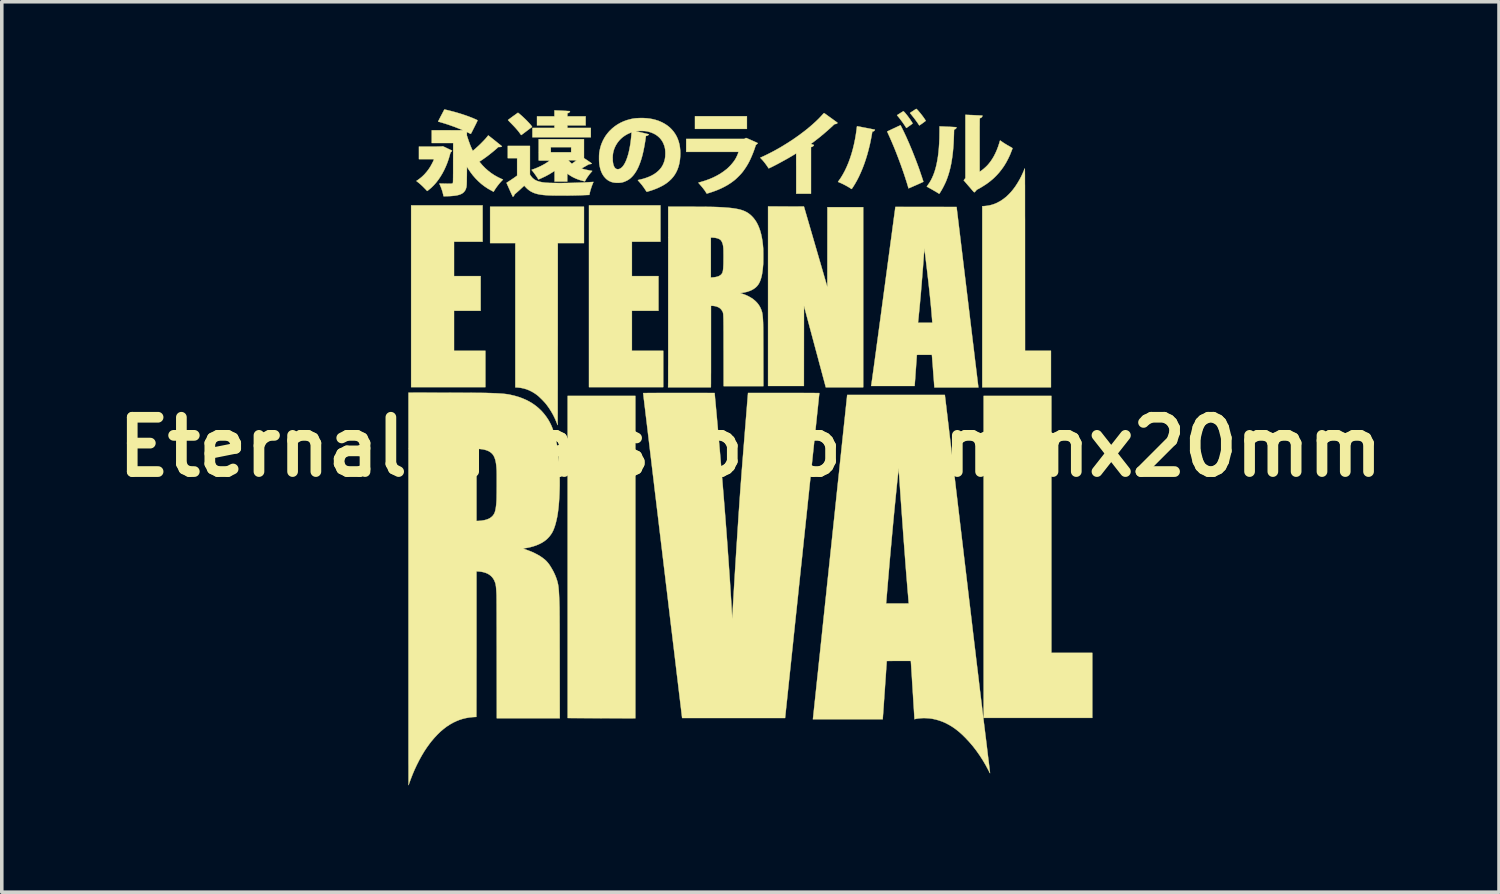
<source format=kicad_pcb>
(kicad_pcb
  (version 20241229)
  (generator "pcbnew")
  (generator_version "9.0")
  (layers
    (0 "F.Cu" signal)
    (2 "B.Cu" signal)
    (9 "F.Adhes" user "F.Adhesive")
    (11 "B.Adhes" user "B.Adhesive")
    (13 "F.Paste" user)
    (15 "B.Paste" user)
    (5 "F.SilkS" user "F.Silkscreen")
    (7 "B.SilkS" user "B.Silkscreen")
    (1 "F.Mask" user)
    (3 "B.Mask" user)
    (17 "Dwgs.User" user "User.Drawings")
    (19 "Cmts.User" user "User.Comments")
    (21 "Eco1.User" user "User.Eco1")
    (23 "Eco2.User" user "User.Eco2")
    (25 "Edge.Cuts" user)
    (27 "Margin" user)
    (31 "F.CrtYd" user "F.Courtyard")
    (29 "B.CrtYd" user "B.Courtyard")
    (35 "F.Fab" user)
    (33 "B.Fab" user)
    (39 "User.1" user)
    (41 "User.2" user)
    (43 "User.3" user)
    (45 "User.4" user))
  (footprint "EternalRivalsLogo20mmx20mm"
    (layer "F.Cu")
    (at 18.005 9.492)
    (property "Reference" "EternalRivalsLogo20mmx20mm" (at 0 0 0) (layer "F.SilkS") (effects (font (size 1.524 1.524) (thickness 0.3))))
    (attr through_hole)
    (fp_poly (pts (xy -0.098 -8.925) (xy -1.555 -8.925) (xy -1.555 -9.281) (xy -0.098 -9.281) (xy -0.098 -8.925)) (stroke (width 0.01) (type solid)) (fill yes) (layer "F.SilkS"))
    (fp_poly (pts (xy 8.445 5.776) (xy 9.593 5.776) (xy 9.593 7.6) (xy 6.545 7.6) (xy 6.545 -1.434) (xy 8.445 -1.434) (xy 8.445 5.776)) (stroke (width 0.01) (type solid)) (fill yes) (layer "F.SilkS"))
    (fp_poly (pts (xy -7.514 -5.76) (xy -8.316 -5.76) (xy -8.316 -4.795) (xy -7.569 -4.795) (xy -7.569 -3.822) (xy -8.316 -3.822) (xy -8.316 -2.7) (xy -7.436 -2.7) (xy -7.436 -1.68) (xy -9.519 -1.68) (xy -9.519 -6.78) (xy -7.514 -6.78) (xy -7.514 -5.76)) (stroke (width 0.01) (type solid)) (fill yes) (layer "F.SilkS"))
    (fp_poly (pts (xy -2.524 -5.76) (xy -3.325 -5.76) (xy -3.325 -4.795) (xy -2.579 -4.795) (xy -2.579 -3.822) (xy -3.325 -3.822) (xy -3.325 -2.7) (xy -2.446 -2.7) (xy -2.446 -1.68) (xy -4.529 -1.68) (xy -4.529 -6.78) (xy -2.524 -6.78) (xy -2.524 -5.76)) (stroke (width 0.01) (type solid)) (fill yes) (layer "F.SilkS"))
    (fp_poly (pts (xy -3.228 7.612) (xy -3.639 7.611) (xy -3.699 7.611) (xy -3.765 7.611) (xy -3.837 7.611) (xy -3.914 7.611) (xy -3.994 7.61) (xy -4.076 7.61) (xy -4.16 7.61) (xy -4.244 7.609) (xy -4.327 7.609) (xy -4.407 7.609) (xy -4.485 7.608) (xy -4.558 7.608) (xy -4.566 7.608) (xy -4.629 7.608) (xy -4.691 7.607) (xy -4.75 7.607) (xy -4.806 7.607) (xy -4.859 7.607) (xy -4.908 7.606) (xy -4.952 7.606) (xy -4.992 7.606) (xy -5.027 7.606) (xy -5.056 7.605) (xy -5.079 7.605) (xy -5.095 7.605) (xy -5.103 7.605) (xy -5.104 7.605) (xy -5.127 7.604) (xy -5.127 -1.434) (xy -3.228 -1.434) (xy -3.228 7.612)) (stroke (width 0.01) (type solid)) (fill yes) (layer "F.SilkS"))
    (fp_poly (pts (xy 0.999 -6.748) (xy 1.502 -6.747) (xy 2.159 -4.489) (xy 2.16 -5.609) (xy 2.161 -6.729) (xy 3.165 -6.729) (xy 3.165 -1.676) (xy 2.115 -1.676) (xy 2.105 -1.714) (xy 2.104 -1.721) (xy 2.1 -1.736) (xy 2.094 -1.757) (xy 2.087 -1.784) (xy 2.078 -1.818) (xy 2.067 -1.858) (xy 2.055 -1.904) (xy 2.041 -1.955) (xy 2.026 -2.011) (xy 2.01 -2.072) (xy 1.992 -2.138) (xy 1.974 -2.207) (xy 1.954 -2.28) (xy 1.933 -2.357) (xy 1.912 -2.437) (xy 1.89 -2.52) (xy 1.867 -2.606) (xy 1.843 -2.694) (xy 1.819 -2.784) (xy 1.799 -2.858) (xy 1.503 -3.963) (xy 1.502 -2.837) (xy 1.501 -1.712) (xy 0.496 -1.712) (xy 0.496 -6.749) (xy 0.999 -6.748)) (stroke (width 0.01) (type solid)) (fill yes) (layer "F.SilkS"))
    (fp_poly (pts (xy -5.477 -9.445) (xy -5.464 -9.444) (xy -5.445 -9.443) (xy -5.421 -9.442) (xy -5.393 -9.441) (xy -5.362 -9.439) (xy -5.329 -9.438) (xy -5.294 -9.436) (xy -5.259 -9.434) (xy -5.224 -9.432) (xy -5.19 -9.431) (xy -5.159 -9.429) (xy -5.13 -9.427) (xy -5.105 -9.426) (xy -5.085 -9.425) (xy -5.071 -9.424) (xy -5.063 -9.423) (xy -5.061 -9.423) (xy -5.062 -9.419) (xy -5.065 -9.411) (xy -5.067 -9.406) (xy -5.077 -9.391) (xy -5.093 -9.378) (xy -5.113 -9.37) (xy -5.12 -9.369) (xy -5.135 -9.366) (xy -5.135 -9.277) (xy -4.623 -9.277) (xy -4.623 -9.023) (xy -5.135 -9.023) (xy -5.135 -8.953) (xy -4.478 -8.953) (xy -4.478 -8.691) (xy -6.116 -8.691) (xy -6.116 -8.953) (xy -5.498 -8.953) (xy -5.498 -9.023) (xy -5.987 -9.023) (xy -5.987 -9.277) (xy -5.498 -9.277) (xy -5.498 -9.445) (xy -5.483 -9.445) (xy -5.477 -9.445)) (stroke (width 0.01) (type solid)) (fill yes) (layer "F.SilkS"))
    (fp_poly (pts (xy 4.297 -9.418) (xy 4.307 -9.41) (xy 4.32 -9.397) (xy 4.336 -9.38) (xy 4.355 -9.358) (xy 4.375 -9.333) (xy 4.397 -9.306) (xy 4.419 -9.277) (xy 4.442 -9.246) (xy 4.465 -9.214) (xy 4.487 -9.183) (xy 4.507 -9.152) (xy 4.525 -9.126) (xy 4.535 -9.109) (xy 4.544 -9.095) (xy 4.55 -9.084) (xy 4.552 -9.079) (xy 4.552 -9.078) (xy 4.549 -9.075) (xy 4.541 -9.069) (xy 4.528 -9.059) (xy 4.512 -9.047) (xy 4.493 -9.033) (xy 4.473 -9.019) (xy 4.452 -9.004) (xy 4.432 -8.99) (xy 4.414 -8.977) (xy 4.398 -8.966) (xy 4.386 -8.958) (xy 4.379 -8.953) (xy 4.377 -8.953) (xy 4.373 -8.956) (xy 4.367 -8.964) (xy 4.36 -8.975) (xy 4.359 -8.977) (xy 4.339 -9.008) (xy 4.316 -9.043) (xy 4.29 -9.081) (xy 4.262 -9.121) (xy 4.232 -9.161) (xy 4.203 -9.199) (xy 4.176 -9.235) (xy 4.15 -9.266) (xy 4.148 -9.268) (xy 4.136 -9.283) (xy 4.126 -9.296) (xy 4.119 -9.305) (xy 4.115 -9.309) (xy 4.115 -9.31) (xy 4.121 -9.314) (xy 4.132 -9.321) (xy 4.147 -9.331) (xy 4.165 -9.342) (xy 4.186 -9.355) (xy 4.207 -9.368) (xy 4.227 -9.382) (xy 4.247 -9.394) (xy 4.264 -9.404) (xy 4.278 -9.413) (xy 4.287 -9.418) (xy 4.291 -9.42) (xy 4.297 -9.418)) (stroke (width 0.01) (type solid)) (fill yes) (layer "F.SilkS"))
    (fp_poly (pts (xy 4.66 -9.485) (xy 4.669 -9.477) (xy 4.682 -9.464) (xy 4.698 -9.447) (xy 4.717 -9.426) (xy 4.737 -9.402) (xy 4.759 -9.376) (xy 4.781 -9.349) (xy 4.804 -9.32) (xy 4.826 -9.291) (xy 4.847 -9.263) (xy 4.867 -9.235) (xy 4.885 -9.209) (xy 4.894 -9.195) (xy 4.904 -9.18) (xy 4.912 -9.167) (xy 4.918 -9.157) (xy 4.92 -9.153) (xy 4.917 -9.15) (xy 4.908 -9.143) (xy 4.895 -9.133) (xy 4.879 -9.121) (xy 4.86 -9.107) (xy 4.84 -9.092) (xy 4.82 -9.077) (xy 4.799 -9.063) (xy 4.781 -9.05) (xy 4.764 -9.038) (xy 4.752 -9.03) (xy 4.743 -9.024) (xy 4.741 -9.023) (xy 4.738 -9.026) (xy 4.731 -9.035) (xy 4.722 -9.047) (xy 4.711 -9.063) (xy 4.707 -9.071) (xy 4.688 -9.099) (xy 4.664 -9.132) (xy 4.638 -9.168) (xy 4.61 -9.206) (xy 4.581 -9.244) (xy 4.552 -9.28) (xy 4.525 -9.314) (xy 4.511 -9.332) (xy 4.498 -9.347) (xy 4.488 -9.36) (xy 4.481 -9.369) (xy 4.479 -9.372) (xy 4.479 -9.372) (xy 4.484 -9.376) (xy 4.495 -9.384) (xy 4.51 -9.394) (xy 4.528 -9.406) (xy 4.548 -9.419) (xy 4.569 -9.432) (xy 4.59 -9.446) (xy 4.609 -9.459) (xy 4.626 -9.47) (xy 4.64 -9.479) (xy 4.65 -9.484) (xy 4.654 -9.487) (xy 4.66 -9.485)) (stroke (width 0.01) (type solid)) (fill yes) (layer "F.SilkS"))
    (fp_poly (pts (xy -4.67 -5.721) (xy -5.404 -5.721) (xy -5.405 -3.166) (xy -5.405 -3.025) (xy -5.405 -2.886) (xy -5.406 -2.749) (xy -5.406 -2.615) (xy -5.406 -2.483) (xy -5.406 -2.354) (xy -5.406 -2.228) (xy -5.406 -2.105) (xy -5.406 -1.985) (xy -5.406 -1.869) (xy -5.406 -1.757) (xy -5.406 -1.649) (xy -5.407 -1.544) (xy -5.407 -1.445) (xy -5.407 -1.35) (xy -5.407 -1.26) (xy -5.407 -1.174) (xy -5.407 -1.094) (xy -5.407 -1.02) (xy -5.407 -0.951) (xy -5.408 -0.888) (xy -5.408 -0.831) (xy -5.408 -0.78) (xy -5.408 -0.735) (xy -5.408 -0.698) (xy -5.408 -0.667) (xy -5.408 -0.643) (xy -5.409 -0.626) (xy -5.409 -0.617) (xy -5.409 -0.615) (xy -5.411 -0.62) (xy -5.416 -0.631) (xy -5.421 -0.646) (xy -5.428 -0.664) (xy -5.43 -0.668) (xy -5.476 -0.78) (xy -5.529 -0.89) (xy -5.588 -0.995) (xy -5.653 -1.096) (xy -5.722 -1.191) (xy -5.735 -1.208) (xy -5.754 -1.23) (xy -5.777 -1.257) (xy -5.804 -1.285) (xy -5.832 -1.315) (xy -5.862 -1.345) (xy -5.891 -1.373) (xy -5.919 -1.4) (xy -5.944 -1.423) (xy -5.966 -1.442) (xy -5.971 -1.446) (xy -6.046 -1.501) (xy -6.123 -1.548) (xy -6.202 -1.588) (xy -6.283 -1.62) (xy -6.365 -1.644) (xy -6.449 -1.661) (xy -6.535 -1.671) (xy -6.547 -1.671) (xy -6.596 -1.674) (xy -6.596 -5.721) (xy -7.303 -5.721) (xy -7.303 -6.741) (xy -4.67 -6.741) (xy -4.67 -5.721)) (stroke (width 0.01) (type solid)) (fill yes) (layer "F.SilkS"))
    (fp_poly (pts (xy -6.517 -9.376) (xy -6.508 -9.369) (xy -6.495 -9.359) (xy -6.48 -9.347) (xy -6.472 -9.34) (xy -6.426 -9.301) (xy -6.38 -9.259) (xy -6.334 -9.216) (xy -6.291 -9.174) (xy -6.25 -9.132) (xy -6.212 -9.092) (xy -6.179 -9.055) (xy -6.151 -9.021) (xy -6.146 -9.014) (xy -6.135 -9) (xy -6.129 -8.99) (xy -6.126 -8.985) (xy -6.127 -8.981) (xy -6.129 -8.978) (xy -6.13 -8.978) (xy -6.134 -8.975) (xy -6.144 -8.967) (xy -6.159 -8.956) (xy -6.179 -8.941) (xy -6.202 -8.924) (xy -6.227 -8.904) (xy -6.256 -8.883) (xy -6.282 -8.863) (xy -6.311 -8.841) (xy -6.339 -8.82) (xy -6.364 -8.801) (xy -6.386 -8.785) (xy -6.404 -8.771) (xy -6.418 -8.761) (xy -6.427 -8.755) (xy -6.43 -8.753) (xy -6.434 -8.756) (xy -6.441 -8.764) (xy -6.449 -8.776) (xy -6.455 -8.784) (xy -6.482 -8.822) (xy -6.515 -8.865) (xy -6.554 -8.911) (xy -6.598 -8.961) (xy -6.647 -9.013) (xy -6.7 -9.068) (xy -6.721 -9.089) (xy -6.743 -9.111) (xy -6.762 -9.131) (xy -6.778 -9.148) (xy -6.79 -9.161) (xy -6.798 -9.17) (xy -6.801 -9.175) (xy -6.801 -9.175) (xy -6.796 -9.179) (xy -6.786 -9.187) (xy -6.771 -9.198) (xy -6.752 -9.212) (xy -6.731 -9.228) (xy -6.707 -9.245) (xy -6.682 -9.264) (xy -6.656 -9.283) (xy -6.63 -9.301) (xy -6.605 -9.319) (xy -6.582 -9.336) (xy -6.562 -9.35) (xy -6.545 -9.362) (xy -6.532 -9.372) (xy -6.524 -9.377) (xy -6.521 -9.378) (xy -6.517 -9.376)) (stroke (width 0.01) (type solid)) (fill yes) (layer "F.SilkS"))
    (fp_poly (pts (xy 7.698 -7.815) (xy 7.699 -7.814) (xy 7.699 -7.812) (xy 7.7 -7.808) (xy 7.7 -7.803) (xy 7.7 -7.796) (xy 7.701 -7.788) (xy 7.701 -7.778) (xy 7.701 -7.765) (xy 7.701 -7.751) (xy 7.702 -7.733) (xy 7.702 -7.714) (xy 7.702 -7.691) (xy 7.702 -7.665) (xy 7.703 -7.637) (xy 7.703 -7.605) (xy 7.703 -7.569) (xy 7.703 -7.53) (xy 7.703 -7.486) (xy 7.703 -7.439) (xy 7.703 -7.388) (xy 7.704 -7.332) (xy 7.704 -7.272) (xy 7.704 -7.207) (xy 7.704 -7.137) (xy 7.704 -7.062) (xy 7.704 -6.982) (xy 7.704 -6.896) (xy 7.704 -6.804) (xy 7.704 -6.707) (xy 7.704 -6.604) (xy 7.704 -6.495) (xy 7.705 -6.38) (xy 7.705 -6.258) (xy 7.705 -6.129) (xy 7.705 -5.994) (xy 7.705 -5.851) (xy 7.705 -5.702) (xy 7.705 -5.545) (xy 7.705 -5.38) (xy 7.705 -5.267) (xy 7.706 -2.7) (xy 8.433 -2.7) (xy 8.433 -1.676) (xy 6.506 -1.676) (xy 6.506 -6.756) (xy 6.548 -6.758) (xy 6.629 -6.766) (xy 6.704 -6.778) (xy 6.776 -6.796) (xy 6.846 -6.819) (xy 6.915 -6.848) (xy 6.934 -6.858) (xy 7.014 -6.901) (xy 7.09 -6.952) (xy 7.165 -7.01) (xy 7.237 -7.076) (xy 7.306 -7.148) (xy 7.373 -7.228) (xy 7.437 -7.315) (xy 7.498 -7.41) (xy 7.557 -7.511) (xy 7.593 -7.58) (xy 7.607 -7.608) (xy 7.622 -7.641) (xy 7.639 -7.677) (xy 7.655 -7.714) (xy 7.671 -7.75) (xy 7.684 -7.783) (xy 7.696 -7.811) (xy 7.697 -7.813) (xy 7.697 -7.815) (xy 7.698 -7.815) (xy 7.698 -7.816) (xy 7.698 -7.815)) (stroke (width 0.01) (type solid)) (fill yes) (layer "F.SilkS"))
    (fp_poly (pts (xy 3.001 -8.999) (xy 3.013 -8.997) (xy 3.031 -8.993) (xy 3.054 -8.989) (xy 3.081 -8.984) (xy 3.112 -8.978) (xy 3.146 -8.971) (xy 3.182 -8.964) (xy 3.22 -8.957) (xy 3.257 -8.95) (xy 3.295 -8.943) (xy 3.332 -8.935) (xy 3.366 -8.929) (xy 3.398 -8.922) (xy 3.427 -8.917) (xy 3.452 -8.912) (xy 3.471 -8.908) (xy 3.485 -8.905) (xy 3.492 -8.903) (xy 3.493 -8.903) (xy 3.493 -8.898) (xy 3.489 -8.89) (xy 3.483 -8.881) (xy 3.475 -8.872) (xy 3.47 -8.867) (xy 3.458 -8.861) (xy 3.444 -8.855) (xy 3.439 -8.854) (xy 3.42 -8.849) (xy 3.408 -8.775) (xy 3.381 -8.629) (xy 3.351 -8.485) (xy 3.316 -8.344) (xy 3.279 -8.207) (xy 3.238 -8.073) (xy 3.194 -7.944) (xy 3.147 -7.82) (xy 3.097 -7.701) (xy 3.045 -7.587) (xy 2.99 -7.48) (xy 2.933 -7.38) (xy 2.881 -7.297) (xy 2.869 -7.278) (xy 2.858 -7.262) (xy 2.849 -7.25) (xy 2.844 -7.242) (xy 2.842 -7.24) (xy 2.837 -7.241) (xy 2.829 -7.245) (xy 2.819 -7.251) (xy 2.784 -7.275) (xy 2.743 -7.299) (xy 2.698 -7.325) (xy 2.651 -7.35) (xy 2.603 -7.375) (xy 2.556 -7.397) (xy 2.511 -7.417) (xy 2.485 -7.428) (xy 2.473 -7.433) (xy 2.463 -7.437) (xy 2.459 -7.439) (xy 2.459 -7.439) (xy 2.46 -7.442) (xy 2.466 -7.45) (xy 2.474 -7.462) (xy 2.478 -7.468) (xy 2.54 -7.557) (xy 2.597 -7.652) (xy 2.652 -7.754) (xy 2.703 -7.862) (xy 2.751 -7.976) (xy 2.795 -8.096) (xy 2.836 -8.221) (xy 2.873 -8.352) (xy 2.906 -8.487) (xy 2.935 -8.626) (xy 2.96 -8.769) (xy 2.981 -8.917) (xy 2.986 -8.959) (xy 2.988 -8.978) (xy 2.99 -8.99) (xy 2.993 -8.997) (xy 2.995 -8.999) (xy 2.997 -8.999) (xy 3.001 -8.999)) (stroke (width 0.01) (type solid)) (fill yes) (layer "F.SilkS"))
    (fp_poly (pts (xy 4.213 -9.023) (xy 4.219 -9.014) (xy 4.227 -8.998) (xy 4.238 -8.979) (xy 4.25 -8.955) (xy 4.264 -8.927) (xy 4.278 -8.898) (xy 4.293 -8.867) (xy 4.309 -8.835) (xy 4.324 -8.803) (xy 4.339 -8.771) (xy 4.353 -8.741) (xy 4.365 -8.716) (xy 4.458 -8.506) (xy 4.548 -8.29) (xy 4.636 -8.066) (xy 4.717 -7.851) (xy 4.724 -7.829) (xy 4.734 -7.803) (xy 4.744 -7.774) (xy 4.755 -7.742) (xy 4.766 -7.708) (xy 4.778 -7.673) (xy 4.79 -7.637) (xy 4.802 -7.603) (xy 4.813 -7.57) (xy 4.823 -7.538) (xy 4.832 -7.51) (xy 4.84 -7.486) (xy 4.847 -7.466) (xy 4.851 -7.452) (xy 4.853 -7.444) (xy 4.853 -7.443) (xy 4.85 -7.441) (xy 4.84 -7.435) (xy 4.824 -7.428) (xy 4.803 -7.418) (xy 4.778 -7.406) (xy 4.748 -7.393) (xy 4.716 -7.378) (xy 4.681 -7.363) (xy 4.644 -7.346) (xy 4.606 -7.33) (xy 4.567 -7.313) (xy 4.529 -7.296) (xy 4.492 -7.28) (xy 4.456 -7.265) (xy 4.448 -7.262) (xy 4.436 -7.257) (xy 4.428 -7.289) (xy 4.421 -7.311) (xy 4.413 -7.34) (xy 4.402 -7.374) (xy 4.391 -7.412) (xy 4.378 -7.453) (xy 4.364 -7.496) (xy 4.35 -7.54) (xy 4.336 -7.583) (xy 4.322 -7.625) (xy 4.311 -7.659) (xy 4.265 -7.792) (xy 4.217 -7.927) (xy 4.167 -8.062) (xy 4.116 -8.196) (xy 4.064 -8.329) (xy 4.011 -8.458) (xy 3.958 -8.582) (xy 3.906 -8.701) (xy 3.863 -8.796) (xy 3.854 -8.815) (xy 3.847 -8.832) (xy 3.842 -8.844) (xy 3.84 -8.852) (xy 3.84 -8.854) (xy 3.844 -8.856) (xy 3.854 -8.86) (xy 3.871 -8.868) (xy 3.892 -8.878) (xy 3.917 -8.89) (xy 3.947 -8.904) (xy 3.979 -8.919) (xy 4.013 -8.936) (xy 4.025 -8.941) (xy 4.06 -8.957) (xy 4.093 -8.973) (xy 4.123 -8.987) (xy 4.15 -9) (xy 4.173 -9.01) (xy 4.191 -9.018) (xy 4.204 -9.024) (xy 4.21 -9.027) (xy 4.211 -9.027) (xy 4.213 -9.023)) (stroke (width 0.01) (type solid)) (fill yes) (layer "F.SilkS"))
    (fp_poly (pts (xy 5.328 -8.995) (xy 5.341 -8.995) (xy 5.361 -8.994) (xy 5.387 -8.993) (xy 5.417 -8.992) (xy 5.451 -8.99) (xy 5.489 -8.988) (xy 5.529 -8.986) (xy 5.56 -8.985) (xy 5.607 -8.983) (xy 5.647 -8.981) (xy 5.681 -8.979) (xy 5.709 -8.977) (xy 5.731 -8.976) (xy 5.748 -8.975) (xy 5.761 -8.974) (xy 5.77 -8.973) (xy 5.777 -8.971) (xy 5.781 -8.97) (xy 5.783 -8.969) (xy 5.783 -8.967) (xy 5.783 -8.967) (xy 5.78 -8.954) (xy 5.771 -8.94) (xy 5.759 -8.927) (xy 5.748 -8.92) (xy 5.736 -8.914) (xy 5.726 -8.91) (xy 5.722 -8.91) (xy 5.72 -8.909) (xy 5.718 -8.908) (xy 5.717 -8.904) (xy 5.715 -8.898) (xy 5.714 -8.888) (xy 5.714 -8.873) (xy 5.713 -8.853) (xy 5.712 -8.827) (xy 5.712 -8.799) (xy 5.707 -8.658) (xy 5.701 -8.524) (xy 5.692 -8.396) (xy 5.681 -8.275) (xy 5.667 -8.16) (xy 5.651 -8.05) (xy 5.633 -7.946) (xy 5.612 -7.846) (xy 5.588 -7.75) (xy 5.562 -7.659) (xy 5.533 -7.571) (xy 5.501 -7.486) (xy 5.492 -7.462) (xy 5.479 -7.432) (xy 5.464 -7.4) (xy 5.447 -7.365) (xy 5.429 -7.328) (xy 5.41 -7.291) (xy 5.391 -7.255) (xy 5.372 -7.221) (xy 5.353 -7.189) (xy 5.336 -7.161) (xy 5.321 -7.137) (xy 5.309 -7.119) (xy 5.305 -7.114) (xy 5.297 -7.105) (xy 5.27 -7.122) (xy 5.254 -7.132) (xy 5.235 -7.144) (xy 5.211 -7.159) (xy 5.184 -7.174) (xy 5.155 -7.191) (xy 5.125 -7.208) (xy 5.095 -7.226) (xy 5.065 -7.243) (xy 5.037 -7.258) (xy 5.011 -7.273) (xy 4.989 -7.285) (xy 4.97 -7.295) (xy 4.957 -7.301) (xy 4.95 -7.305) (xy 4.951 -7.308) (xy 4.956 -7.316) (xy 4.964 -7.328) (xy 4.975 -7.343) (xy 4.977 -7.347) (xy 5.022 -7.411) (xy 5.064 -7.482) (xy 5.102 -7.558) (xy 5.137 -7.64) (xy 5.169 -7.728) (xy 5.197 -7.822) (xy 5.222 -7.923) (xy 5.243 -8.029) (xy 5.262 -8.142) (xy 5.277 -8.262) (xy 5.289 -8.388) (xy 5.298 -8.521) (xy 5.304 -8.661) (xy 5.306 -8.808) (xy 5.307 -8.862) (xy 5.307 -8.996) (xy 5.321 -8.996) (xy 5.328 -8.995)) (stroke (width 0.01) (type solid)) (fill yes) (layer "F.SilkS"))
    (fp_poly (pts (xy -8.552 -8.402) (xy -8.525 -8.389) (xy -8.496 -8.375) (xy -8.468 -8.362) (xy -8.443 -8.35) (xy -8.422 -8.341) (xy -8.422 -8.34) (xy -8.37 -8.316) (xy -8.376 -8.304) (xy -8.382 -8.295) (xy -8.392 -8.284) (xy -8.399 -8.278) (xy -8.405 -8.272) (xy -8.41 -8.266) (xy -8.414 -8.259) (xy -8.418 -8.249) (xy -8.423 -8.235) (xy -8.428 -8.216) (xy -8.431 -8.206) (xy -8.464 -8.091) (xy -8.502 -7.98) (xy -8.545 -7.874) (xy -8.592 -7.772) (xy -8.643 -7.675) (xy -8.699 -7.583) (xy -8.757 -7.497) (xy -8.82 -7.416) (xy -8.885 -7.343) (xy -8.954 -7.275) (xy -9.026 -7.215) (xy -9.048 -7.198) (xy -9.061 -7.189) (xy -9.068 -7.184) (xy -9.072 -7.183) (xy -9.074 -7.185) (xy -9.074 -7.186) (xy -9.076 -7.19) (xy -9.084 -7.199) (xy -9.096 -7.212) (xy -9.111 -7.228) (xy -9.128 -7.246) (xy -9.148 -7.265) (xy -9.168 -7.286) (xy -9.188 -7.306) (xy -9.208 -7.325) (xy -9.227 -7.343) (xy -9.244 -7.358) (xy -9.253 -7.367) (xy -9.273 -7.384) (xy -9.294 -7.402) (xy -9.314 -7.418) (xy -9.331 -7.431) (xy -9.336 -7.436) (xy -9.35 -7.446) (xy -9.361 -7.455) (xy -9.369 -7.462) (xy -9.371 -7.464) (xy -9.368 -7.468) (xy -9.36 -7.473) (xy -9.354 -7.477) (xy -9.336 -7.488) (xy -9.315 -7.504) (xy -9.29 -7.522) (xy -9.264 -7.542) (xy -9.239 -7.562) (xy -9.216 -7.582) (xy -9.211 -7.586) (xy -9.149 -7.646) (xy -9.09 -7.713) (xy -9.034 -7.785) (xy -8.983 -7.861) (xy -8.938 -7.942) (xy -8.905 -8.007) (xy -8.896 -8.027) (xy -8.888 -8.044) (xy -8.882 -8.059) (xy -8.878 -8.068) (xy -8.877 -8.07) (xy -8.877 -8.072) (xy -8.878 -8.073) (xy -8.881 -8.074) (xy -8.886 -8.075) (xy -8.894 -8.076) (xy -8.906 -8.076) (xy -8.921 -8.077) (xy -8.942 -8.077) (xy -8.968 -8.077) (xy -9 -8.077) (xy -9.039 -8.077) (xy -9.085 -8.077) (xy -9.3 -8.077) (xy -9.3 -8.429) (xy -9.004 -8.429) (xy -8.937 -8.429) (xy -8.877 -8.429) (xy -8.825 -8.429) (xy -8.78 -8.43) (xy -8.743 -8.43) (xy -8.713 -8.431) (xy -8.69 -8.432) (xy -8.674 -8.433) (xy -8.669 -8.433) (xy -8.629 -8.438) (xy -8.552 -8.402)) (stroke (width 0.01) (type solid)) (fill yes) (layer "F.SilkS"))
    (fp_poly (pts (xy -0.113 -8.668) (xy -0.112 -8.668) (xy -0.102 -8.664) (xy -0.087 -8.658) (xy -0.067 -8.649) (xy -0.044 -8.639) (xy -0.017 -8.627) (xy 0.011 -8.615) (xy 0.04 -8.602) (xy 0.069 -8.589) (xy 0.098 -8.576) (xy 0.125 -8.564) (xy 0.15 -8.553) (xy 0.171 -8.543) (xy 0.188 -8.535) (xy 0.2 -8.529) (xy 0.206 -8.526) (xy 0.207 -8.526) (xy 0.204 -8.52) (xy 0.197 -8.512) (xy 0.187 -8.502) (xy 0.177 -8.493) (xy 0.168 -8.486) (xy 0.166 -8.485) (xy 0.161 -8.482) (xy 0.157 -8.478) (xy 0.153 -8.473) (xy 0.149 -8.464) (xy 0.144 -8.451) (xy 0.138 -8.433) (xy 0.133 -8.416) (xy 0.105 -8.334) (xy 0.074 -8.251) (xy 0.04 -8.168) (xy 0.005 -8.089) (xy -0.031 -8.013) (xy -0.068 -7.944) (xy -0.078 -7.927) (xy -0.101 -7.889) (xy -0.127 -7.847) (xy -0.156 -7.805) (xy -0.185 -7.763) (xy -0.213 -7.725) (xy -0.225 -7.71) (xy -0.25 -7.68) (xy -0.279 -7.648) (xy -0.312 -7.613) (xy -0.346 -7.579) (xy -0.381 -7.545) (xy -0.414 -7.514) (xy -0.445 -7.488) (xy -0.457 -7.478) (xy -0.542 -7.415) (xy -0.633 -7.356) (xy -0.731 -7.301) (xy -0.835 -7.25) (xy -0.945 -7.203) (xy -1.063 -7.16) (xy -1.153 -7.131) (xy -1.174 -7.125) (xy -1.193 -7.119) (xy -1.208 -7.114) (xy -1.218 -7.111) (xy -1.222 -7.11) (xy -1.226 -7.113) (xy -1.232 -7.12) (xy -1.24 -7.132) (xy -1.242 -7.137) (xy -1.259 -7.165) (xy -1.281 -7.198) (xy -1.309 -7.235) (xy -1.34 -7.275) (xy -1.376 -7.318) (xy -1.415 -7.363) (xy -1.42 -7.369) (xy -1.433 -7.384) (xy -1.445 -7.397) (xy -1.453 -7.408) (xy -1.458 -7.414) (xy -1.458 -7.415) (xy -1.455 -7.417) (xy -1.444 -7.421) (xy -1.429 -7.425) (xy -1.41 -7.431) (xy -1.388 -7.437) (xy -1.268 -7.473) (xy -1.153 -7.515) (xy -1.044 -7.561) (xy -0.941 -7.613) (xy -0.843 -7.669) (xy -0.752 -7.731) (xy -0.666 -7.797) (xy -0.662 -7.8) (xy -0.625 -7.834) (xy -0.586 -7.872) (xy -0.548 -7.912) (xy -0.512 -7.954) (xy -0.478 -7.996) (xy -0.449 -8.036) (xy -0.427 -8.069) (xy -0.411 -8.097) (xy -0.395 -8.127) (xy -0.38 -8.159) (xy -0.366 -8.189) (xy -0.354 -8.218) (xy -0.345 -8.243) (xy -0.338 -8.264) (xy -0.337 -8.269) (xy -0.335 -8.28) (xy -1.801 -8.28) (xy -1.801 -8.644) (xy -0.171 -8.644) (xy -0.148 -8.658) (xy -0.135 -8.666) (xy -0.127 -8.67) (xy -0.12 -8.67) (xy -0.113 -8.668)) (stroke (width 0.01) (type solid)) (fill yes) (layer "F.SilkS"))
    (fp_poly (pts (xy 6.055 -9.32) (xy 6.068 -9.319) (xy 6.088 -9.318) (xy 6.114 -9.317) (xy 6.144 -9.316) (xy 6.178 -9.314) (xy 6.216 -9.313) (xy 6.256 -9.311) (xy 6.287 -9.309) (xy 6.511 -9.299) (xy 6.509 -9.285) (xy 6.505 -9.274) (xy 6.498 -9.261) (xy 6.496 -9.258) (xy 6.487 -9.249) (xy 6.473 -9.24) (xy 6.458 -9.232) (xy 6.445 -9.227) (xy 6.439 -9.226) (xy 6.438 -9.226) (xy 6.437 -9.225) (xy 6.437 -9.223) (xy 6.436 -9.219) (xy 6.435 -9.214) (xy 6.435 -9.206) (xy 6.434 -9.197) (xy 6.434 -9.184) (xy 6.434 -9.169) (xy 6.433 -9.15) (xy 6.433 -9.127) (xy 6.433 -9.101) (xy 6.433 -9.07) (xy 6.433 -9.034) (xy 6.432 -8.994) (xy 6.432 -8.948) (xy 6.432 -8.896) (xy 6.432 -8.839) (xy 6.432 -8.775) (xy 6.432 -8.705) (xy 6.432 -8.628) (xy 6.432 -8.543) (xy 6.432 -8.476) (xy 6.432 -7.725) (xy 6.448 -7.734) (xy 6.473 -7.75) (xy 6.502 -7.771) (xy 6.533 -7.795) (xy 6.565 -7.823) (xy 6.598 -7.852) (xy 6.629 -7.882) (xy 6.658 -7.912) (xy 6.678 -7.935) (xy 6.732 -8.002) (xy 6.783 -8.077) (xy 6.831 -8.157) (xy 6.875 -8.243) (xy 6.915 -8.334) (xy 6.951 -8.428) (xy 6.983 -8.526) (xy 6.995 -8.569) (xy 7 -8.585) (xy 7.004 -8.596) (xy 7.007 -8.6) (xy 7.008 -8.6) (xy 7.013 -8.597) (xy 7.022 -8.59) (xy 7.036 -8.581) (xy 7.052 -8.57) (xy 7.056 -8.567) (xy 7.098 -8.538) (xy 7.148 -8.506) (xy 7.204 -8.472) (xy 7.267 -8.437) (xy 7.281 -8.428) (xy 7.303 -8.416) (xy 7.322 -8.405) (xy 7.337 -8.395) (xy 7.348 -8.388) (xy 7.354 -8.384) (xy 7.354 -8.383) (xy 7.353 -8.378) (xy 7.349 -8.367) (xy 7.344 -8.351) (xy 7.337 -8.331) (xy 7.33 -8.314) (xy 7.283 -8.196) (xy 7.23 -8.084) (xy 7.174 -7.979) (xy 7.113 -7.879) (xy 7.046 -7.785) (xy 6.975 -7.696) (xy 6.898 -7.612) (xy 6.816 -7.532) (xy 6.727 -7.457) (xy 6.633 -7.386) (xy 6.531 -7.32) (xy 6.444 -7.267) (xy 6.424 -7.256) (xy 6.404 -7.245) (xy 6.386 -7.236) (xy 6.373 -7.229) (xy 6.356 -7.22) (xy 6.344 -7.209) (xy 6.335 -7.197) (xy 6.323 -7.183) (xy 6.31 -7.168) (xy 6.296 -7.156) (xy 6.284 -7.147) (xy 6.284 -7.147) (xy 6.28 -7.148) (xy 6.274 -7.152) (xy 6.264 -7.161) (xy 6.251 -7.175) (xy 6.24 -7.188) (xy 6.229 -7.2) (xy 6.214 -7.218) (xy 6.195 -7.24) (xy 6.174 -7.265) (xy 6.151 -7.292) (xy 6.126 -7.32) (xy 6.101 -7.349) (xy 6.094 -7.357) (xy 5.986 -7.483) (xy 6.033 -7.545) (xy 6.033 -9.32) (xy 6.048 -9.32) (xy 6.055 -9.32)) (stroke (width 0.01) (type solid)) (fill yes) (layer "F.SilkS"))
    (fp_poly (pts (xy -6.186 -7.644) (xy -6.166 -7.614) (xy -6.138 -7.576) (xy -6.107 -7.543) (xy -6.072 -7.514) (xy -6.033 -7.489) (xy -5.989 -7.468) (xy -5.94 -7.451) (xy -5.885 -7.437) (xy -5.823 -7.425) (xy -5.77 -7.419) (xy -5.733 -7.415) (xy -5.689 -7.413) (xy -5.638 -7.41) (xy -5.582 -7.409) (xy -5.52 -7.407) (xy -5.453 -7.407) (xy -5.382 -7.406) (xy -5.308 -7.406) (xy -5.23 -7.407) (xy -5.15 -7.408) (xy -5.068 -7.41) (xy -4.985 -7.411) (xy -4.902 -7.414) (xy -4.818 -7.417) (xy -4.735 -7.42) (xy -4.653 -7.423) (xy -4.573 -7.427) (xy -4.495 -7.432) (xy -4.442 -7.435) (xy -4.404 -7.438) (xy -4.421 -7.396) (xy -4.435 -7.361) (xy -4.45 -7.322) (xy -4.464 -7.28) (xy -4.477 -7.239) (xy -4.49 -7.198) (xy -4.5 -7.16) (xy -4.508 -7.126) (xy -4.513 -7.102) (xy -4.518 -7.074) (xy -4.574 -7.071) (xy -4.661 -7.068) (xy -4.749 -7.064) (xy -4.838 -7.061) (xy -4.928 -7.059) (xy -5.016 -7.057) (xy -5.104 -7.056) (xy -5.19 -7.055) (xy -5.273 -7.055) (xy -5.354 -7.055) (xy -5.431 -7.055) (xy -5.505 -7.057) (xy -5.573 -7.058) (xy -5.637 -7.06) (xy -5.694 -7.063) (xy -5.746 -7.066) (xy -5.79 -7.07) (xy -5.807 -7.071) (xy -5.869 -7.079) (xy -5.924 -7.088) (xy -5.974 -7.098) (xy -6.02 -7.111) (xy -6.063 -7.125) (xy -6.104 -7.142) (xy -6.116 -7.148) (xy -6.155 -7.168) (xy -6.191 -7.19) (xy -6.224 -7.214) (xy -6.258 -7.242) (xy -6.292 -7.275) (xy -6.302 -7.286) (xy -6.346 -7.332) (xy -6.355 -7.325) (xy -6.361 -7.319) (xy -6.371 -7.31) (xy -6.385 -7.297) (xy -6.399 -7.283) (xy -6.401 -7.282) (xy -6.423 -7.262) (xy -6.448 -7.238) (xy -6.475 -7.213) (xy -6.503 -7.188) (xy -6.531 -7.163) (xy -6.556 -7.141) (xy -6.578 -7.122) (xy -6.589 -7.113) (xy -6.604 -7.099) (xy -6.614 -7.089) (xy -6.621 -7.081) (xy -6.625 -7.074) (xy -6.627 -7.066) (xy -6.634 -7.048) (xy -6.644 -7.036) (xy -6.656 -7.028) (xy -6.663 -7.024) (xy -6.668 -7.025) (xy -6.67 -7.029) (xy -6.673 -7.035) (xy -6.679 -7.048) (xy -6.687 -7.066) (xy -6.697 -7.088) (xy -6.709 -7.113) (xy -6.722 -7.142) (xy -6.736 -7.172) (xy -6.75 -7.204) (xy -6.764 -7.236) (xy -6.779 -7.268) (xy -6.792 -7.298) (xy -6.805 -7.327) (xy -6.816 -7.352) (xy -6.826 -7.374) (xy -6.834 -7.392) (xy -6.839 -7.404) (xy -6.842 -7.411) (xy -6.842 -7.411) (xy -6.839 -7.415) (xy -6.831 -7.421) (xy -6.818 -7.429) (xy -6.802 -7.439) (xy -6.8 -7.44) (xy -6.766 -7.462) (xy -6.727 -7.487) (xy -6.686 -7.515) (xy -6.644 -7.543) (xy -6.605 -7.571) (xy -6.598 -7.576) (xy -6.545 -7.614) (xy -6.545 -8.105) (xy -6.807 -8.105) (xy -6.807 -8.448) (xy -6.186 -8.448) (xy -6.186 -7.644)) (stroke (width 0.01) (type solid)) (fill yes) (layer "F.SilkS"))
    (fp_poly (pts (xy 2.071 -9.366) (xy 2.08 -9.36) (xy 2.095 -9.35) (xy 2.114 -9.337) (xy 2.136 -9.321) (xy 2.161 -9.303) (xy 2.188 -9.283) (xy 2.217 -9.262) (xy 2.247 -9.241) (xy 2.277 -9.219) (xy 2.307 -9.198) (xy 2.335 -9.177) (xy 2.362 -9.158) (xy 2.386 -9.14) (xy 2.407 -9.125) (xy 2.424 -9.112) (xy 2.436 -9.103) (xy 2.443 -9.097) (xy 2.444 -9.096) (xy 2.444 -9.092) (xy 2.439 -9.085) (xy 2.43 -9.078) (xy 2.419 -9.071) (xy 2.408 -9.066) (xy 2.393 -9.063) (xy 2.378 -9.062) (xy 2.377 -9.062) (xy 2.372 -9.061) (xy 2.366 -9.06) (xy 2.36 -9.056) (xy 2.352 -9.05) (xy 2.341 -9.041) (xy 2.326 -9.028) (xy 2.307 -9.01) (xy 2.306 -9.008) (xy 2.188 -8.901) (xy 2.065 -8.794) (xy 1.941 -8.691) (xy 1.816 -8.593) (xy 1.775 -8.562) (xy 1.696 -8.504) (xy 1.729 -8.492) (xy 1.745 -8.486) (xy 1.76 -8.481) (xy 1.77 -8.478) (xy 1.772 -8.477) (xy 1.78 -8.474) (xy 1.781 -8.468) (xy 1.776 -8.459) (xy 1.769 -8.45) (xy 1.757 -8.439) (xy 1.742 -8.429) (xy 1.726 -8.422) (xy 1.713 -8.418) (xy 1.709 -8.417) (xy 1.7 -8.417) (xy 1.7 -7.108) (xy 1.286 -7.108) (xy 1.286 -7.673) (xy 1.286 -7.739) (xy 1.286 -7.802) (xy 1.286 -7.863) (xy 1.285 -7.921) (xy 1.285 -7.976) (xy 1.285 -8.026) (xy 1.285 -8.072) (xy 1.285 -8.114) (xy 1.285 -8.15) (xy 1.285 -8.18) (xy 1.285 -8.205) (xy 1.284 -8.223) (xy 1.284 -8.234) (xy 1.284 -8.237) (xy 1.28 -8.235) (xy 1.271 -8.23) (xy 1.258 -8.222) (xy 1.242 -8.212) (xy 1.235 -8.208) (xy 1.189 -8.18) (xy 1.138 -8.15) (xy 1.082 -8.117) (xy 1.024 -8.084) (xy 0.963 -8.05) (xy 0.901 -8.016) (xy 0.839 -7.982) (xy 0.778 -7.949) (xy 0.719 -7.918) (xy 0.664 -7.89) (xy 0.613 -7.864) (xy 0.568 -7.842) (xy 0.566 -7.842) (xy 0.513 -7.817) (xy 0.474 -7.876) (xy 0.443 -7.92) (xy 0.41 -7.964) (xy 0.377 -8.006) (xy 0.344 -8.045) (xy 0.313 -8.078) (xy 0.3 -8.092) (xy 0.289 -8.104) (xy 0.281 -8.113) (xy 0.278 -8.117) (xy 0.278 -8.118) (xy 0.282 -8.119) (xy 0.292 -8.124) (xy 0.306 -8.13) (xy 0.323 -8.138) (xy 0.326 -8.139) (xy 0.37 -8.159) (xy 0.42 -8.183) (xy 0.473 -8.209) (xy 0.529 -8.237) (xy 0.586 -8.266) (xy 0.643 -8.296) (xy 0.699 -8.326) (xy 0.752 -8.356) (xy 0.78 -8.371) (xy 0.899 -8.441) (xy 1.017 -8.514) (xy 1.133 -8.588) (xy 1.246 -8.664) (xy 1.355 -8.741) (xy 1.461 -8.82) (xy 1.562 -8.898) (xy 1.659 -8.977) (xy 1.75 -9.056) (xy 1.836 -9.134) (xy 1.915 -9.21) (xy 1.987 -9.286) (xy 2.02 -9.322) (xy 2.034 -9.338) (xy 2.047 -9.351) (xy 2.058 -9.362) (xy 2.065 -9.367) (xy 2.067 -9.368) (xy 2.071 -9.366)) (stroke (width 0.01) (type solid)) (fill yes) (layer "F.SilkS"))
    (fp_poly (pts (xy -4.67 -8.105) (xy -4.56 -8.032) (xy -4.535 -8.014) (xy -4.511 -7.998) (xy -4.49 -7.984) (xy -4.473 -7.972) (xy -4.46 -7.962) (xy -4.453 -7.957) (xy -4.451 -7.955) (xy -4.454 -7.95) (xy -4.464 -7.944) (xy -4.479 -7.94) (xy -4.496 -7.938) (xy -4.5 -7.937) (xy -4.513 -7.936) (xy -4.522 -7.935) (xy -4.532 -7.932) (xy -4.542 -7.927) (xy -4.556 -7.92) (xy -4.574 -7.909) (xy -4.577 -7.907) (xy -4.599 -7.895) (xy -4.625 -7.88) (xy -4.651 -7.865) (xy -4.676 -7.851) (xy -4.68 -7.849) (xy -4.699 -7.839) (xy -4.715 -7.829) (xy -4.727 -7.822) (xy -4.735 -7.817) (xy -4.736 -7.816) (xy -4.732 -7.813) (xy -4.722 -7.809) (xy -4.706 -7.804) (xy -4.685 -7.798) (xy -4.661 -7.792) (xy -4.634 -7.785) (xy -4.605 -7.778) (xy -4.576 -7.772) (xy -4.546 -7.766) (xy -4.519 -7.76) (xy -4.493 -7.755) (xy -4.476 -7.753) (xy -4.461 -7.751) (xy -4.448 -7.748) (xy -4.441 -7.747) (xy -4.44 -7.747) (xy -4.44 -7.743) (xy -4.445 -7.735) (xy -4.456 -7.722) (xy -4.463 -7.715) (xy -4.492 -7.681) (xy -4.523 -7.643) (xy -4.553 -7.601) (xy -4.583 -7.559) (xy -4.609 -7.517) (xy -4.627 -7.485) (xy -4.634 -7.471) (xy -4.64 -7.46) (xy -4.644 -7.454) (xy -4.644 -7.453) (xy -4.648 -7.454) (xy -4.658 -7.456) (xy -4.673 -7.46) (xy -4.692 -7.464) (xy -4.705 -7.468) (xy -4.78 -7.489) (xy -4.85 -7.513) (xy -4.915 -7.54) (xy -4.978 -7.57) (xy -5.039 -7.605) (xy -5.102 -7.646) (xy -5.131 -7.666) (xy -5.133 -7.668) (xy -5.135 -7.668) (xy -5.136 -7.666) (xy -5.137 -7.66) (xy -5.138 -7.652) (xy -5.138 -7.638) (xy -5.139 -7.619) (xy -5.139 -7.594) (xy -5.139 -7.563) (xy -5.139 -7.448) (xy -5.494 -7.448) (xy -5.494 -7.748) (xy -5.546 -7.714) (xy -5.645 -7.653) (xy -5.75 -7.596) (xy -5.861 -7.544) (xy -5.911 -7.522) (xy -5.947 -7.507) (xy -5.966 -7.537) (xy -5.986 -7.569) (xy -6.01 -7.604) (xy -6.035 -7.64) (xy -6.061 -7.676) (xy -6.085 -7.708) (xy -6.108 -7.737) (xy -6.116 -7.746) (xy -6.126 -7.758) (xy -6.134 -7.768) (xy -6.138 -7.774) (xy -6.139 -7.776) (xy -6.136 -7.778) (xy -6.126 -7.782) (xy -6.112 -7.787) (xy -6.099 -7.791) (xy -6.032 -7.815) (xy -5.964 -7.844) (xy -5.895 -7.875) (xy -5.828 -7.91) (xy -5.763 -7.946) (xy -5.704 -7.984) (xy -5.67 -8.007) (xy -5.625 -8.04) (xy -5.782 -8.041) (xy -5.94 -8.042) (xy -5.94 -8.046) (xy -5.113 -8.046) (xy -5.063 -7.997) (xy -5.047 -7.981) (xy -5.032 -7.968) (xy -5.021 -7.957) (xy -5.013 -7.95) (xy -5.01 -7.948) (xy -5.005 -7.95) (xy -4.996 -7.956) (xy -4.984 -7.965) (xy -4.976 -7.97) (xy -4.96 -7.982) (xy -4.942 -7.995) (xy -4.925 -8.008) (xy -4.909 -8.02) (xy -4.896 -8.031) (xy -4.886 -8.039) (xy -4.881 -8.044) (xy -4.881 -8.044) (xy -4.884 -8.045) (xy -4.895 -8.045) (xy -4.912 -8.045) (xy -4.933 -8.046) (xy -4.958 -8.046) (xy -4.987 -8.046) (xy -4.997 -8.046) (xy -5.113 -8.046) (xy -5.94 -8.046) (xy -5.94 -8.413) (xy -5.6 -8.413) (xy -5.6 -8.269) (xy -5.029 -8.269) (xy -5.029 -8.413) (xy -5.6 -8.413) (xy -5.94 -8.413) (xy -5.94 -8.636) (xy -4.67 -8.636) (xy -4.67 -8.105)) (stroke (width 0.01) (type solid)) (fill yes) (layer "F.SilkS"))
    (fp_poly (pts (xy 4.927 -6.736) (xy 5.785 -6.735) (xy 6.089 -4.218) (xy 6.106 -4.079) (xy 6.122 -3.941) (xy 6.139 -3.806) (xy 6.155 -3.672) (xy 6.17 -3.542) (xy 6.186 -3.414) (xy 6.201 -3.288) (xy 6.216 -3.166) (xy 6.23 -3.048) (xy 6.244 -2.933) (xy 6.258 -2.821) (xy 6.271 -2.714) (xy 6.283 -2.61) (xy 6.295 -2.511) (xy 6.306 -2.417) (xy 6.317 -2.327) (xy 6.328 -2.243) (xy 6.337 -2.163) (xy 6.346 -2.089) (xy 6.355 -2.02) (xy 6.362 -1.958) (xy 6.369 -1.901) (xy 6.375 -1.85) (xy 6.381 -1.806) (xy 6.385 -1.769) (xy 6.389 -1.738) (xy 6.392 -1.714) (xy 6.394 -1.698) (xy 6.395 -1.689) (xy 6.395 -1.687) (xy 6.398 -1.672) (xy 5.163 -1.672) (xy 5.161 -1.699) (xy 5.16 -1.706) (xy 5.159 -1.721) (xy 5.157 -1.742) (xy 5.155 -1.77) (xy 5.153 -1.803) (xy 5.15 -1.841) (xy 5.147 -1.884) (xy 5.143 -1.931) (xy 5.139 -1.981) (xy 5.135 -2.034) (xy 5.131 -2.089) (xy 5.127 -2.143) (xy 5.123 -2.2) (xy 5.119 -2.255) (xy 5.115 -2.307) (xy 5.111 -2.356) (xy 5.107 -2.401) (xy 5.104 -2.442) (xy 5.101 -2.479) (xy 5.099 -2.511) (xy 5.097 -2.536) (xy 5.095 -2.556) (xy 5.094 -2.569) (xy 5.093 -2.574) (xy 5.091 -2.587) (xy 4.881 -2.587) (xy 4.833 -2.587) (xy 4.792 -2.587) (xy 4.759 -2.587) (xy 4.731 -2.586) (xy 4.709 -2.586) (xy 4.693 -2.585) (xy 4.681 -2.585) (xy 4.674 -2.584) (xy 4.67 -2.583) (xy 4.67 -2.582) (xy 4.669 -2.577) (xy 4.669 -2.565) (xy 4.667 -2.546) (xy 4.666 -2.521) (xy 4.664 -2.491) (xy 4.661 -2.456) (xy 4.659 -2.417) (xy 4.656 -2.375) (xy 4.652 -2.33) (xy 4.649 -2.282) (xy 4.646 -2.233) (xy 4.642 -2.184) (xy 4.638 -2.133) (xy 4.635 -2.083) (xy 4.631 -2.034) (xy 4.628 -1.987) (xy 4.625 -1.941) (xy 4.622 -1.898) (xy 4.619 -1.859) (xy 4.616 -1.824) (xy 4.614 -1.793) (xy 4.612 -1.767) (xy 4.61 -1.748) (xy 4.609 -1.734) (xy 4.609 -1.728) (xy 4.609 -1.728) (xy 4.607 -1.712) (xy 3.387 -1.712) (xy 3.39 -1.722) (xy 3.391 -1.732) (xy 3.394 -1.75) (xy 3.398 -1.775) (xy 3.402 -1.808) (xy 3.408 -1.848) (xy 3.415 -1.896) (xy 3.423 -1.951) (xy 3.431 -2.014) (xy 3.441 -2.084) (xy 3.452 -2.162) (xy 3.464 -2.247) (xy 3.476 -2.339) (xy 3.49 -2.438) (xy 3.504 -2.545) (xy 3.52 -2.659) (xy 3.536 -2.779) (xy 3.553 -2.907) (xy 3.572 -3.042) (xy 3.591 -3.184) (xy 3.611 -3.332) (xy 3.632 -3.486) (xy 4.701 -3.486) (xy 5.104 -3.486) (xy 5.102 -3.526) (xy 5.096 -3.604) (xy 5.089 -3.689) (xy 5.082 -3.781) (xy 5.073 -3.88) (xy 5.063 -3.986) (xy 5.052 -4.097) (xy 5.04 -4.214) (xy 5.027 -4.337) (xy 5.013 -4.464) (xy 4.999 -4.596) (xy 4.983 -4.733) (xy 4.967 -4.873) (xy 4.95 -5.017) (xy 4.932 -5.165) (xy 4.914 -5.315) (xy 4.911 -5.335) (xy 4.905 -5.388) (xy 4.899 -5.434) (xy 4.894 -5.473) (xy 4.889 -5.504) (xy 4.886 -5.529) (xy 4.883 -5.547) (xy 4.881 -5.559) (xy 4.879 -5.564) (xy 4.878 -5.564) (xy 4.877 -5.558) (xy 4.877 -5.548) (xy 4.876 -5.536) (xy 4.876 -5.517) (xy 4.874 -5.491) (xy 4.872 -5.459) (xy 4.869 -5.421) (xy 4.866 -5.378) (xy 4.863 -5.33) (xy 4.859 -5.277) (xy 4.855 -5.221) (xy 4.85 -5.161) (xy 4.846 -5.098) (xy 4.841 -5.033) (xy 4.835 -4.966) (xy 4.83 -4.897) (xy 4.824 -4.828) (xy 4.819 -4.758) (xy 4.813 -4.688) (xy 4.808 -4.618) (xy 4.802 -4.55) (xy 4.796 -4.482) (xy 4.791 -4.417) (xy 4.786 -4.355) (xy 4.781 -4.295) (xy 4.776 -4.239) (xy 4.771 -4.186) (xy 4.769 -4.166) (xy 4.765 -4.124) (xy 4.761 -4.079) (xy 4.757 -4.032) (xy 4.752 -3.984) (xy 4.747 -3.934) (xy 4.743 -3.884) (xy 4.738 -3.834) (xy 4.733 -3.786) (xy 4.728 -3.738) (xy 4.724 -3.694) (xy 4.72 -3.652) (xy 4.716 -3.613) (xy 4.712 -3.579) (xy 4.709 -3.55) (xy 4.707 -3.526) (xy 4.705 -3.509) (xy 4.703 -3.498) (xy 4.703 -3.496) (xy 4.701 -3.486) (xy 3.632 -3.486) (xy 3.632 -3.488) (xy 3.654 -3.65) (xy 3.677 -3.819) (xy 3.7 -3.995) (xy 3.725 -4.178) (xy 3.75 -4.367) (xy 3.777 -4.563) (xy 3.777 -4.564) (xy 3.794 -4.693) (xy 3.811 -4.819) (xy 3.828 -4.944) (xy 3.844 -5.066) (xy 3.86 -5.186) (xy 3.876 -5.302) (xy 3.891 -5.416) (xy 3.906 -5.527) (xy 3.92 -5.634) (xy 3.934 -5.738) (xy 3.948 -5.837) (xy 3.961 -5.933) (xy 3.973 -6.024) (xy 3.984 -6.11) (xy 3.995 -6.192) (xy 4.006 -6.269) (xy 4.015 -6.341) (xy 4.024 -6.407) (xy 4.032 -6.467) (xy 4.04 -6.522) (xy 4.046 -6.57) (xy 4.052 -6.612) (xy 4.057 -6.648) (xy 4.06 -6.676) (xy 4.063 -6.698) (xy 4.065 -6.713) (xy 4.066 -6.72) (xy 4.066 -6.72) (xy 4.069 -6.737) (xy 4.927 -6.736)) (stroke (width 0.01) (type solid)) (fill yes) (layer "F.SilkS"))
    (fp_poly (pts (xy -8.57 -9.467) (xy -8.559 -9.465) (xy -8.541 -9.461) (xy -8.517 -9.455) (xy -8.49 -9.449) (xy -8.459 -9.441) (xy -8.426 -9.433) (xy -8.392 -9.424) (xy -8.358 -9.415) (xy -8.325 -9.407) (xy -8.294 -9.398) (xy -8.266 -9.39) (xy -8.261 -9.389) (xy -8.166 -9.361) (xy -8.077 -9.333) (xy -7.994 -9.305) (xy -7.915 -9.277) (xy -7.84 -9.248) (xy -7.821 -9.241) (xy -7.799 -9.232) (xy -7.775 -9.222) (xy -7.751 -9.211) (xy -7.726 -9.201) (xy -7.704 -9.191) (xy -7.685 -9.182) (xy -7.669 -9.174) (xy -7.66 -9.169) (xy -7.657 -9.167) (xy -7.657 -9.164) (xy -7.66 -9.155) (xy -7.665 -9.142) (xy -7.674 -9.122) (xy -7.686 -9.098) (xy -7.701 -9.066) (xy -7.72 -9.029) (xy -7.742 -8.985) (xy -7.746 -8.977) (xy -7.764 -8.941) (xy -7.781 -8.908) (xy -7.796 -8.877) (xy -7.81 -8.85) (xy -7.822 -8.827) (xy -7.832 -8.808) (xy -7.839 -8.795) (xy -7.842 -8.788) (xy -7.843 -8.787) (xy -7.848 -8.787) (xy -7.858 -8.791) (xy -7.873 -8.798) (xy -7.891 -8.806) (xy -7.901 -8.811) (xy -7.956 -8.84) (xy -7.956 -8.742) (xy -7.923 -8.643) (xy -7.906 -8.591) (xy -7.887 -8.54) (xy -7.869 -8.49) (xy -7.85 -8.442) (xy -7.832 -8.4) (xy -7.816 -8.362) (xy -7.81 -8.351) (xy -7.79 -8.308) (xy -7.737 -8.353) (xy -7.683 -8.401) (xy -7.629 -8.45) (xy -7.576 -8.5) (xy -7.527 -8.55) (xy -7.48 -8.598) (xy -7.437 -8.644) (xy -7.4 -8.688) (xy -7.376 -8.717) (xy -7.367 -8.729) (xy -7.359 -8.737) (xy -7.354 -8.741) (xy -7.354 -8.742) (xy -7.35 -8.739) (xy -7.341 -8.733) (xy -7.327 -8.722) (xy -7.307 -8.706) (xy -7.282 -8.686) (xy -7.25 -8.661) (xy -7.213 -8.632) (xy -7.171 -8.598) (xy -7.122 -8.559) (xy -7.068 -8.515) (xy -7.007 -8.467) (xy -6.972 -8.438) (xy -6.972 -8.435) (xy -6.979 -8.43) (xy -6.988 -8.425) (xy -6.999 -8.421) (xy -7.001 -8.421) (xy -7.012 -8.419) (xy -7.029 -8.417) (xy -7.045 -8.417) (xy -7.073 -8.417) (xy -7.103 -8.389) (xy -7.147 -8.35) (xy -7.196 -8.309) (xy -7.249 -8.265) (xy -7.305 -8.221) (xy -7.362 -8.176) (xy -7.42 -8.133) (xy -7.476 -8.093) (xy -7.53 -8.055) (xy -7.542 -8.048) (xy -7.604 -8.006) (xy -7.592 -7.99) (xy -7.52 -7.905) (xy -7.444 -7.827) (xy -7.362 -7.754) (xy -7.276 -7.687) (xy -7.184 -7.626) (xy -7.087 -7.571) (xy -6.986 -7.523) (xy -6.955 -7.509) (xy -6.941 -7.504) (xy -6.983 -7.461) (xy -7.012 -7.43) (xy -7.043 -7.394) (xy -7.074 -7.355) (xy -7.105 -7.315) (xy -7.134 -7.275) (xy -7.16 -7.237) (xy -7.182 -7.202) (xy -7.19 -7.188) (xy -7.197 -7.176) (xy -7.202 -7.167) (xy -7.204 -7.163) (xy -7.204 -7.163) (xy -7.208 -7.164) (xy -7.218 -7.169) (xy -7.232 -7.176) (xy -7.25 -7.186) (xy -7.27 -7.197) (xy -7.292 -7.209) (xy -7.315 -7.222) (xy -7.337 -7.234) (xy -7.358 -7.246) (xy -7.376 -7.257) (xy -7.381 -7.26) (xy -7.467 -7.318) (xy -7.551 -7.383) (xy -7.631 -7.455) (xy -7.708 -7.532) (xy -7.781 -7.615) (xy -7.849 -7.704) (xy -7.912 -7.796) (xy -7.924 -7.815) (xy -7.954 -7.863) (xy -7.956 -7.608) (xy -7.957 -7.553) (xy -7.958 -7.505) (xy -7.958 -7.463) (xy -7.959 -7.428) (xy -7.96 -7.397) (xy -7.961 -7.372) (xy -7.962 -7.35) (xy -7.964 -7.331) (xy -7.965 -7.315) (xy -7.968 -7.301) (xy -7.97 -7.288) (xy -7.974 -7.275) (xy -7.977 -7.263) (xy -7.982 -7.25) (xy -7.982 -7.249) (xy -7.994 -7.217) (xy -8.01 -7.19) (xy -8.029 -7.165) (xy -8.044 -7.148) (xy -8.071 -7.125) (xy -8.103 -7.105) (xy -8.14 -7.088) (xy -8.182 -7.074) (xy -8.23 -7.062) (xy -8.284 -7.053) (xy -8.346 -7.046) (xy -8.394 -7.042) (xy -8.421 -7.04) (xy -8.449 -7.039) (xy -8.478 -7.038) (xy -8.507 -7.037) (xy -8.534 -7.036) (xy -8.559 -7.036) (xy -8.58 -7.035) (xy -8.596 -7.036) (xy -8.607 -7.036) (xy -8.61 -7.037) (xy -8.612 -7.042) (xy -8.613 -7.047) (xy -8.614 -7.056) (xy -8.617 -7.071) (xy -8.621 -7.091) (xy -8.627 -7.113) (xy -8.633 -7.138) (xy -8.64 -7.163) (xy -8.647 -7.186) (xy -8.652 -7.201) (xy -8.67 -7.254) (xy -8.689 -7.304) (xy -8.709 -7.35) (xy -8.713 -7.359) (xy -8.719 -7.373) (xy -8.723 -7.384) (xy -8.725 -7.391) (xy -8.725 -7.391) (xy -8.721 -7.392) (xy -8.71 -7.392) (xy -8.693 -7.392) (xy -8.67 -7.391) (xy -8.643 -7.391) (xy -8.613 -7.39) (xy -8.579 -7.389) (xy -8.571 -7.389) (xy -8.527 -7.388) (xy -8.491 -7.387) (xy -8.46 -7.387) (xy -8.435 -7.387) (xy -8.415 -7.387) (xy -8.399 -7.388) (xy -8.387 -7.389) (xy -8.377 -7.391) (xy -8.369 -7.394) (xy -8.364 -7.396) (xy -8.361 -7.397) (xy -8.358 -7.398) (xy -8.356 -7.399) (xy -8.353 -7.401) (xy -8.351 -7.403) (xy -8.349 -7.407) (xy -8.348 -7.412) (xy -8.346 -7.42) (xy -8.345 -7.429) (xy -8.344 -7.442) (xy -8.343 -7.457) (xy -8.343 -7.476) (xy -8.342 -7.499) (xy -8.342 -7.527) (xy -8.341 -7.558) (xy -8.341 -7.595) (xy -8.341 -7.638) (xy -8.34 -7.686) (xy -8.34 -7.74) (xy -8.34 -7.801) (xy -8.34 -7.868) (xy -8.34 -7.943) (xy -8.34 -7.975) (xy -8.339 -8.53) (xy -8.64 -8.53) (xy -8.941 -8.53) (xy -8.941 -8.886) (xy -8.502 -8.887) (xy -8.064 -8.888) (xy -8.134 -8.917) (xy -8.302 -8.983) (xy -8.454 -9.037) (xy -8.486 -9.048) (xy -8.521 -9.059) (xy -8.557 -9.071) (xy -8.594 -9.082) (xy -8.63 -9.093) (xy -8.663 -9.103) (xy -8.693 -9.112) (xy -8.718 -9.119) (xy -8.738 -9.124) (xy -8.741 -9.124) (xy -8.752 -9.128) (xy -8.759 -9.131) (xy -8.761 -9.133) (xy -8.759 -9.137) (xy -8.754 -9.148) (xy -8.746 -9.164) (xy -8.736 -9.184) (xy -8.723 -9.209) (xy -8.708 -9.238) (xy -8.692 -9.269) (xy -8.675 -9.302) (xy -8.674 -9.303) (xy -8.587 -9.469) (xy -8.57 -9.467)) (stroke (width 0.01) (type solid)) (fill yes) (layer "F.SilkS"))
    (fp_poly (pts (xy -3.002 -9.229) (xy -2.911 -9.224) (xy -2.825 -9.214) (xy -2.742 -9.199) (xy -2.663 -9.179) (xy -2.587 -9.155) (xy -2.513 -9.124) (xy -2.476 -9.107) (xy -2.401 -9.066) (xy -2.331 -9.02) (xy -2.267 -8.969) (xy -2.209 -8.912) (xy -2.156 -8.85) (xy -2.11 -8.784) (xy -2.069 -8.713) (xy -2.036 -8.638) (xy -2.009 -8.559) (xy -1.989 -8.48) (xy -1.977 -8.404) (xy -1.969 -8.324) (xy -1.966 -8.24) (xy -1.969 -8.155) (xy -1.976 -8.071) (xy -1.98 -8.04) (xy -1.995 -7.952) (xy -2.017 -7.869) (xy -2.044 -7.791) (xy -2.078 -7.717) (xy -2.118 -7.647) (xy -2.164 -7.582) (xy -2.217 -7.521) (xy -2.277 -7.464) (xy -2.337 -7.415) (xy -2.396 -7.374) (xy -2.462 -7.334) (xy -2.535 -7.297) (xy -2.612 -7.261) (xy -2.695 -7.228) (xy -2.781 -7.198) (xy -2.84 -7.18) (xy -2.861 -7.174) (xy -2.879 -7.169) (xy -2.894 -7.164) (xy -2.903 -7.162) (xy -2.906 -7.161) (xy -2.91 -7.163) (xy -2.917 -7.172) (xy -2.926 -7.184) (xy -2.937 -7.2) (xy -2.941 -7.207) (xy -2.991 -7.281) (xy -3.042 -7.35) (xy -3.096 -7.414) (xy -3.123 -7.445) (xy -3.139 -7.463) (xy -3.15 -7.476) (xy -3.156 -7.485) (xy -3.157 -7.489) (xy -3.157 -7.489) (xy -3.151 -7.49) (xy -3.139 -7.493) (xy -3.124 -7.497) (xy -3.105 -7.501) (xy -3.105 -7.501) (xy -3.011 -7.524) (xy -2.923 -7.552) (xy -2.842 -7.583) (xy -2.767 -7.618) (xy -2.699 -7.657) (xy -2.638 -7.7) (xy -2.583 -7.747) (xy -2.535 -7.797) (xy -2.493 -7.851) (xy -2.459 -7.909) (xy -2.431 -7.971) (xy -2.431 -7.973) (xy -2.415 -8.018) (xy -2.403 -8.061) (xy -2.395 -8.106) (xy -2.389 -8.152) (xy -2.387 -8.203) (xy -2.386 -8.241) (xy -2.387 -8.287) (xy -2.39 -8.327) (xy -2.394 -8.363) (xy -2.401 -8.398) (xy -2.41 -8.433) (xy -2.419 -8.46) (xy -2.442 -8.52) (xy -2.469 -8.573) (xy -2.503 -8.623) (xy -2.542 -8.669) (xy -2.554 -8.681) (xy -2.603 -8.725) (xy -2.656 -8.763) (xy -2.715 -8.795) (xy -2.779 -8.822) (xy -2.832 -8.839) (xy -2.862 -8.847) (xy -2.89 -8.854) (xy -2.917 -8.859) (xy -2.944 -8.863) (xy -2.974 -8.866) (xy -3.006 -8.867) (xy -3.044 -8.868) (xy -3.085 -8.868) (xy -3.117 -8.868) (xy -3.145 -8.868) (xy -3.169 -8.867) (xy -3.188 -8.866) (xy -3.201 -8.865) (xy -3.207 -8.864) (xy -3.208 -8.863) (xy -3.205 -8.861) (xy -3.199 -8.859) (xy -3.188 -8.856) (xy -3.172 -8.851) (xy -3.151 -8.846) (xy -3.124 -8.839) (xy -3.091 -8.831) (xy -3.05 -8.822) (xy -3.035 -8.818) (xy -2.999 -8.81) (xy -2.965 -8.802) (xy -2.934 -8.794) (xy -2.907 -8.787) (xy -2.884 -8.782) (xy -2.867 -8.777) (xy -2.856 -8.774) (xy -2.852 -8.773) (xy -2.851 -8.768) (xy -2.855 -8.761) (xy -2.865 -8.752) (xy -2.877 -8.744) (xy -2.891 -8.737) (xy -2.904 -8.732) (xy -2.917 -8.73) (xy -2.918 -8.73) (xy -2.927 -8.729) (xy -2.931 -8.724) (xy -2.932 -8.717) (xy -2.934 -8.71) (xy -2.936 -8.696) (xy -2.938 -8.677) (xy -2.942 -8.654) (xy -2.945 -8.629) (xy -2.946 -8.62) (xy -2.964 -8.505) (xy -2.984 -8.396) (xy -3.005 -8.294) (xy -3.027 -8.198) (xy -3.052 -8.107) (xy -3.079 -8.021) (xy -3.083 -8.01) (xy -3.113 -7.928) (xy -3.144 -7.854) (xy -3.177 -7.787) (xy -3.212 -7.726) (xy -3.249 -7.67) (xy -3.288 -7.62) (xy -3.317 -7.588) (xy -3.352 -7.553) (xy -3.387 -7.524) (xy -3.422 -7.5) (xy -3.461 -7.477) (xy -3.476 -7.47) (xy -3.525 -7.448) (xy -3.572 -7.431) (xy -3.621 -7.42) (xy -3.673 -7.414) (xy -3.729 -7.412) (xy -3.73 -7.412) (xy -3.793 -7.415) (xy -3.851 -7.424) (xy -3.904 -7.438) (xy -3.954 -7.46) (xy -4.001 -7.487) (xy -4.044 -7.521) (xy -4.071 -7.548) (xy -4.108 -7.59) (xy -4.14 -7.637) (xy -4.168 -7.688) (xy -4.192 -7.745) (xy -4.212 -7.807) (xy -4.228 -7.876) (xy -4.237 -7.926) (xy -4.24 -7.954) (xy -4.243 -7.987) (xy -4.245 -8.025) (xy -4.246 -8.066) (xy -4.246 -8.107) (xy -4.246 -8.12) (xy -3.864 -8.12) (xy -3.864 -8.081) (xy -3.862 -8.036) (xy -3.858 -7.996) (xy -3.853 -7.961) (xy -3.846 -7.929) (xy -3.841 -7.911) (xy -3.827 -7.874) (xy -3.81 -7.844) (xy -3.79 -7.821) (xy -3.767 -7.805) (xy -3.742 -7.796) (xy -3.714 -7.794) (xy -3.683 -7.8) (xy -3.67 -7.804) (xy -3.64 -7.82) (xy -3.61 -7.843) (xy -3.581 -7.873) (xy -3.554 -7.91) (xy -3.527 -7.954) (xy -3.502 -8.004) (xy -3.478 -8.06) (xy -3.455 -8.123) (xy -3.434 -8.191) (xy -3.414 -8.264) (xy -3.397 -8.342) (xy -3.381 -8.426) (xy -3.366 -8.513) (xy -3.354 -8.606) (xy -3.344 -8.702) (xy -3.339 -8.755) (xy -3.338 -8.778) (xy -3.336 -8.797) (xy -3.335 -8.813) (xy -3.335 -8.823) (xy -3.335 -8.827) (xy -3.339 -8.826) (xy -3.349 -8.823) (xy -3.364 -8.817) (xy -3.382 -8.81) (xy -3.401 -8.802) (xy -3.421 -8.793) (xy -3.439 -8.784) (xy -3.449 -8.78) (xy -3.516 -8.741) (xy -3.579 -8.697) (xy -3.636 -8.647) (xy -3.688 -8.592) (xy -3.734 -8.532) (xy -3.774 -8.467) (xy -3.794 -8.428) (xy -3.82 -8.368) (xy -3.839 -8.309) (xy -3.853 -8.249) (xy -3.861 -8.186) (xy -3.864 -8.12) (xy -4.246 -8.12) (xy -4.246 -8.149) (xy -4.245 -8.188) (xy -4.243 -8.223) (xy -4.24 -8.252) (xy -4.239 -8.263) (xy -4.226 -8.334) (xy -4.211 -8.399) (xy -4.193 -8.461) (xy -4.171 -8.522) (xy -4.144 -8.583) (xy -4.137 -8.599) (xy -4.098 -8.672) (xy -4.056 -8.739) (xy -4.008 -8.802) (xy -3.955 -8.864) (xy -3.945 -8.873) (xy -3.877 -8.939) (xy -3.804 -8.998) (xy -3.726 -9.051) (xy -3.644 -9.097) (xy -3.558 -9.137) (xy -3.468 -9.17) (xy -3.374 -9.196) (xy -3.335 -9.205) (xy -3.299 -9.212) (xy -3.264 -9.218) (xy -3.23 -9.222) (xy -3.193 -9.225) (xy -3.152 -9.227) (xy -3.106 -9.229) (xy -3.099 -9.229) (xy -3.002 -9.229)) (stroke (width 0.01) (type solid)) (fill yes) (layer "F.SilkS"))
    (fp_poly (pts (xy -1.748 -6.741) (xy -1.654 -6.741) (xy -1.568 -6.741) (xy -1.489 -6.74) (xy -1.416 -6.74) (xy -1.349 -6.74) (xy -1.288 -6.74) (xy -1.231 -6.739) (xy -1.179 -6.738) (xy -1.13 -6.738) (xy -1.085 -6.737) (xy -1.043 -6.736) (xy -1.003 -6.735) (xy -0.966 -6.734) (xy -0.929 -6.732) (xy -0.894 -6.731) (xy -0.859 -6.729) (xy -0.824 -6.727) (xy -0.817 -6.727) (xy -0.723 -6.721) (xy -0.636 -6.714) (xy -0.557 -6.707) (xy -0.483 -6.698) (xy -0.416 -6.687) (xy -0.354 -6.676) (xy -0.297 -6.663) (xy -0.245 -6.648) (xy -0.196 -6.631) (xy -0.152 -6.612) (xy -0.11 -6.591) (xy -0.071 -6.568) (xy -0.035 -6.542) (xy 0.000421 -6.514) (xy 0.034 -6.483) (xy 0.046 -6.471) (xy 0.094 -6.418) (xy 0.138 -6.359) (xy 0.178 -6.295) (xy 0.214 -6.224) (xy 0.246 -6.148) (xy 0.275 -6.066) (xy 0.299 -5.978) (xy 0.32 -5.883) (xy 0.337 -5.782) (xy 0.35 -5.674) (xy 0.356 -5.604) (xy 0.358 -5.582) (xy 0.359 -5.554) (xy 0.36 -5.521) (xy 0.36 -5.483) (xy 0.361 -5.441) (xy 0.361 -5.398) (xy 0.361 -5.353) (xy 0.361 -5.308) (xy 0.361 -5.264) (xy 0.36 -5.223) (xy 0.36 -5.184) (xy 0.359 -5.15) (xy 0.358 -5.122) (xy 0.356 -5.101) (xy 0.349 -5.017) (xy 0.34 -4.94) (xy 0.33 -4.87) (xy 0.318 -4.806) (xy 0.303 -4.748) (xy 0.287 -4.695) (xy 0.269 -4.648) (xy 0.249 -4.605) (xy 0.226 -4.566) (xy 0.218 -4.554) (xy 0.184 -4.511) (xy 0.143 -4.472) (xy 0.095 -4.437) (xy 0.042 -4.406) (xy -0.017 -4.38) (xy -0.082 -4.358) (xy -0.098 -4.353) (xy -0.12 -4.348) (xy -0.145 -4.343) (xy -0.172 -4.337) (xy -0.199 -4.332) (xy -0.224 -4.328) (xy -0.247 -4.325) (xy -0.265 -4.322) (xy -0.275 -4.322) (xy -0.279 -4.322) (xy -0.28 -4.32) (xy -0.275 -4.318) (xy -0.265 -4.313) (xy -0.248 -4.308) (xy -0.225 -4.3) (xy -0.223 -4.299) (xy -0.138 -4.267) (xy -0.06 -4.232) (xy 0.011 -4.192) (xy 0.076 -4.149) (xy 0.133 -4.102) (xy 0.184 -4.051) (xy 0.228 -3.996) (xy 0.266 -3.937) (xy 0.296 -3.874) (xy 0.32 -3.808) (xy 0.324 -3.794) (xy 0.329 -3.775) (xy 0.333 -3.754) (xy 0.337 -3.729) (xy 0.341 -3.702) (xy 0.344 -3.67) (xy 0.348 -3.633) (xy 0.351 -3.59) (xy 0.354 -3.541) (xy 0.356 -3.497) (xy 0.357 -3.483) (xy 0.357 -3.461) (xy 0.358 -3.432) (xy 0.358 -3.395) (xy 0.359 -3.351) (xy 0.359 -3.301) (xy 0.36 -3.243) (xy 0.36 -3.178) (xy 0.36 -3.107) (xy 0.361 -3.029) (xy 0.361 -2.945) (xy 0.361 -2.855) (xy 0.362 -2.759) (xy 0.362 -2.657) (xy 0.362 -2.562) (xy 0.364 -1.708) (xy -0.75 -1.708) (xy -0.751 -2.672) (xy -0.752 -2.78) (xy -0.752 -2.881) (xy -0.752 -2.974) (xy -0.752 -3.06) (xy -0.752 -3.14) (xy -0.752 -3.213) (xy -0.753 -3.28) (xy -0.753 -3.342) (xy -0.753 -3.398) (xy -0.754 -3.449) (xy -0.754 -3.494) (xy -0.755 -3.536) (xy -0.755 -3.572) (xy -0.756 -3.605) (xy -0.757 -3.634) (xy -0.758 -3.66) (xy -0.759 -3.682) (xy -0.76 -3.701) (xy -0.761 -3.718) (xy -0.763 -3.733) (xy -0.765 -3.745) (xy -0.766 -3.756) (xy -0.768 -3.765) (xy -0.77 -3.773) (xy -0.773 -3.78) (xy -0.775 -3.787) (xy -0.778 -3.793) (xy -0.781 -3.799) (xy -0.784 -3.806) (xy -0.787 -3.81) (xy -0.809 -3.846) (xy -0.837 -3.878) (xy -0.87 -3.905) (xy -0.899 -3.921) (xy -0.918 -3.929) (xy -0.937 -3.937) (xy -0.953 -3.943) (xy -0.959 -3.945) (xy -0.982 -3.95) (xy -1.009 -3.955) (xy -1.036 -3.959) (xy -1.061 -3.961) (xy -1.081 -3.962) (xy -1.081 -3.962) (xy -1.106 -3.962) (xy -1.106 -2.838) (xy -1.106 -2.744) (xy -1.106 -2.653) (xy -1.106 -2.563) (xy -1.106 -2.477) (xy -1.106 -2.393) (xy -1.106 -2.312) (xy -1.106 -2.235) (xy -1.106 -2.162) (xy -1.106 -2.092) (xy -1.107 -2.028) (xy -1.107 -1.968) (xy -1.107 -1.913) (xy -1.107 -1.863) (xy -1.107 -1.82) (xy -1.107 -1.782) (xy -1.108 -1.75) (xy -1.108 -1.726) (xy -1.108 -1.708) (xy -1.108 -1.697) (xy -1.108 -1.695) (xy -1.111 -1.676) (xy -2.311 -1.676) (xy -2.308 -1.706) (xy -2.308 -1.712) (xy -2.308 -1.725) (xy -2.308 -1.746) (xy -2.308 -1.773) (xy -2.307 -1.808) (xy -2.307 -1.849) (xy -2.307 -1.898) (xy -2.307 -1.952) (xy -2.307 -2.012) (xy -2.307 -2.079) (xy -2.307 -2.151) (xy -2.307 -2.229) (xy -2.306 -2.312) (xy -2.306 -2.4) (xy -2.306 -2.493) (xy -2.306 -2.59) (xy -2.306 -2.692) (xy -2.306 -2.798) (xy -2.306 -2.909) (xy -2.306 -3.023) (xy -2.306 -3.141) (xy -2.306 -3.262) (xy -2.306 -3.386) (xy -2.306 -3.513) (xy -2.306 -3.644) (xy -2.306 -3.776) (xy -2.306 -3.911) (xy -2.306 -4.048) (xy -2.306 -4.188) (xy -2.306 -4.238) (xy -2.306 -4.755) (xy -1.11 -4.755) (xy -1.068 -4.757) (xy -1.045 -4.759) (xy -1.02 -4.762) (xy -0.997 -4.765) (xy -0.989 -4.766) (xy -0.94 -4.776) (xy -0.896 -4.79) (xy -0.859 -4.809) (xy -0.829 -4.831) (xy -0.805 -4.857) (xy -0.787 -4.887) (xy -0.782 -4.901) (xy -0.777 -4.919) (xy -0.772 -4.939) (xy -0.768 -4.962) (xy -0.765 -4.988) (xy -0.762 -5.017) (xy -0.76 -5.051) (xy -0.758 -5.09) (xy -0.756 -5.134) (xy -0.755 -5.184) (xy -0.755 -5.241) (xy -0.754 -5.304) (xy -0.754 -5.336) (xy -0.754 -5.393) (xy -0.755 -5.444) (xy -0.755 -5.487) (xy -0.756 -5.526) (xy -0.757 -5.559) (xy -0.759 -5.588) (xy -0.762 -5.613) (xy -0.764 -5.636) (xy -0.768 -5.657) (xy -0.772 -5.676) (xy -0.777 -5.695) (xy -0.782 -5.713) (xy -0.784 -5.717) (xy -0.793 -5.74) (xy -0.804 -5.763) (xy -0.816 -5.784) (xy -0.828 -5.8) (xy -0.83 -5.802) (xy -0.853 -5.822) (xy -0.882 -5.839) (xy -0.918 -5.853) (xy -0.959 -5.864) (xy -1.005 -5.872) (xy -1.054 -5.876) (xy -1.056 -5.876) (xy -1.11 -5.878) (xy -1.11 -4.755) (xy -2.306 -4.755) (xy -2.306 -6.741) (xy -1.748 -6.741)) (stroke (width 0.01) (type solid)) (fill yes) (layer "F.SilkS"))
    (fp_poly (pts (xy 1.022 -1.516) (xy 1.108 -1.516) (xy 1.191 -1.516) (xy 1.272 -1.516) (xy 1.35 -1.516) (xy 1.424 -1.516) (xy 1.494 -1.516) (xy 1.561 -1.515) (xy 1.623 -1.515) (xy 1.681 -1.515) (xy 1.733 -1.515) (xy 1.78 -1.515) (xy 1.822 -1.514) (xy 1.857 -1.514) (xy 1.887 -1.514) (xy 1.909 -1.514) (xy 1.925 -1.513) (xy 1.933 -1.513) (xy 1.934 -1.513) (xy 1.934 -1.509) (xy 1.933 -1.497) (xy 1.931 -1.478) (xy 1.928 -1.452) (xy 1.924 -1.419) (xy 1.92 -1.379) (xy 1.915 -1.332) (xy 1.91 -1.278) (xy 1.903 -1.219) (xy 1.897 -1.153) (xy 1.889 -1.082) (xy 1.881 -1.004) (xy 1.872 -0.922) (xy 1.863 -0.833) (xy 1.853 -0.74) (xy 1.843 -0.642) (xy 1.832 -0.538) (xy 1.821 -0.431) (xy 1.809 -0.318) (xy 1.796 -0.202) (xy 1.784 -0.081) (xy 1.771 0.043) (xy 1.757 0.171) (xy 1.743 0.303) (xy 1.729 0.438) (xy 1.715 0.576) (xy 1.7 0.717) (xy 1.685 0.86) (xy 1.669 1.007) (xy 1.653 1.155) (xy 1.638 1.306) (xy 1.621 1.459) (xy 1.605 1.614) (xy 1.589 1.77) (xy 1.572 1.928) (xy 1.555 2.087) (xy 1.538 2.248) (xy 1.521 2.409) (xy 1.504 2.57) (xy 1.487 2.733) (xy 1.47 2.896) (xy 1.453 3.059) (xy 1.436 3.221) (xy 1.418 3.384) (xy 1.401 3.546) (xy 1.384 3.708) (xy 1.367 3.869) (xy 1.35 4.029) (xy 1.334 4.188) (xy 1.317 4.345) (xy 1.301 4.501) (xy 1.284 4.656) (xy 1.268 4.808) (xy 1.252 4.958) (xy 1.237 5.106) (xy 1.221 5.252) (xy 1.206 5.395) (xy 1.192 5.535) (xy 1.177 5.673) (xy 1.163 5.807) (xy 1.149 5.937) (xy 1.136 6.064) (xy 1.123 6.188) (xy 1.11 6.307) (xy 1.098 6.423) (xy 1.086 6.534) (xy 1.075 6.64) (xy 1.064 6.742) (xy 1.054 6.839) (xy 1.044 6.932) (xy 1.035 7.018) (xy 1.027 7.1) (xy 1.018 7.176) (xy 1.011 7.246) (xy 1.004 7.31) (xy 0.998 7.368) (xy 0.993 7.419) (xy 0.988 7.464) (xy 0.984 7.503) (xy 0.981 7.534) (xy 0.978 7.559) (xy 0.976 7.576) (xy 0.975 7.586) (xy 0.975 7.588) (xy 0.973 7.604) (xy -1.914 7.604) (xy -1.917 7.592) (xy -1.917 7.587) (xy -1.919 7.575) (xy -1.921 7.556) (xy -1.924 7.53) (xy -1.928 7.496) (xy -1.933 7.456) (xy -1.939 7.409) (xy -1.945 7.355) (xy -1.952 7.296) (xy -1.96 7.23) (xy -1.969 7.158) (xy -1.978 7.081) (xy -1.988 6.998) (xy -1.999 6.91) (xy -2.01 6.816) (xy -2.022 6.718) (xy -2.034 6.614) (xy -2.047 6.507) (xy -2.061 6.394) (xy -2.075 6.278) (xy -2.089 6.157) (xy -2.104 6.033) (xy -2.119 5.905) (xy -2.135 5.773) (xy -2.151 5.638) (xy -2.168 5.5) (xy -2.185 5.36) (xy -2.202 5.216) (xy -2.22 5.07) (xy -2.238 4.921) (xy -2.256 4.77) (xy -2.274 4.617) (xy -2.293 4.463) (xy -2.311 4.306) (xy -2.33 4.149) (xy -2.349 3.989) (xy -2.369 3.829) (xy -2.388 3.668) (xy -2.407 3.507) (xy -2.427 3.344) (xy -2.446 3.182) (xy -2.466 3.019) (xy -2.485 2.856) (xy -2.505 2.693) (xy -2.524 2.531) (xy -2.544 2.37) (xy -2.563 2.209) (xy -2.582 2.049) (xy -2.601 1.89) (xy -2.62 1.733) (xy -2.639 1.577) (xy -2.657 1.423) (xy -2.676 1.27) (xy -2.694 1.12) (xy -2.711 0.972) (xy -2.729 0.826) (xy -2.746 0.683) (xy -2.763 0.543) (xy -2.779 0.406) (xy -2.795 0.272) (xy -2.811 0.141) (xy -2.826 0.014) (xy -2.841 -0.109) (xy -2.855 -0.229) (xy -2.869 -0.344) (xy -2.882 -0.455) (xy -2.895 -0.562) (xy -2.907 -0.664) (xy -2.919 -0.761) (xy -2.93 -0.853) (xy -2.941 -0.94) (xy -2.95 -1.022) (xy -2.959 -1.098) (xy -2.968 -1.168) (xy -2.976 -1.232) (xy -2.982 -1.29) (xy -2.989 -1.342) (xy -2.994 -1.387) (xy -2.999 -1.426) (xy -3.002 -1.458) (xy -3.005 -1.482) (xy -3.007 -1.5) (xy -3.009 -1.51) (xy -3.009 -1.512) (xy -3.005 -1.513) (xy -2.993 -1.513) (xy -2.974 -1.514) (xy -2.947 -1.514) (xy -2.913 -1.514) (xy -2.872 -1.515) (xy -2.823 -1.515) (xy -2.768 -1.515) (xy -2.705 -1.515) (xy -2.635 -1.516) (xy -2.559 -1.516) (xy -2.476 -1.516) (xy -2.386 -1.516) (xy -2.29 -1.516) (xy -2.187 -1.516) (xy -2.078 -1.516) (xy -2.007 -1.516) (xy -1.919 -1.516) (xy -1.833 -1.516) (xy -1.749 -1.516) (xy -1.668 -1.516) (xy -1.591 -1.516) (xy -1.516 -1.516) (xy -1.446 -1.516) (xy -1.379 -1.516) (xy -1.317 -1.516) (xy -1.259 -1.516) (xy -1.207 -1.516) (xy -1.159 -1.515) (xy -1.118 -1.515) (xy -1.082 -1.515) (xy -1.053 -1.515) (xy -1.03 -1.515) (xy -1.014 -1.515) (xy -1.006 -1.515) (xy -1.004 -1.515) (xy -1.004 -1.511) (xy -1.003 -1.499) (xy -1.001 -1.482) (xy -0.999 -1.458) (xy -0.996 -1.428) (xy -0.993 -1.393) (xy -0.99 -1.355) (xy -0.986 -1.312) (xy -0.981 -1.266) (xy -0.977 -1.217) (xy -0.973 -1.176) (xy -0.94 -0.816) (xy -0.908 -0.458) (xy -0.877 -0.105) (xy -0.846 0.246) (xy -0.817 0.592) (xy -0.788 0.935) (xy -0.76 1.273) (xy -0.733 1.607) (xy -0.707 1.936) (xy -0.682 2.259) (xy -0.658 2.577) (xy -0.636 2.89) (xy -0.614 3.196) (xy -0.593 3.496) (xy -0.573 3.79) (xy -0.555 4.076) (xy -0.537 4.356) (xy -0.521 4.628) (xy -0.517 4.699) (xy -0.51 4.82) (xy -0.495 4.568) (xy -0.478 4.27) (xy -0.461 3.979) (xy -0.444 3.695) (xy -0.427 3.417) (xy -0.41 3.147) (xy -0.394 2.883) (xy -0.377 2.627) (xy -0.361 2.377) (xy -0.345 2.135) (xy -0.33 1.9) (xy -0.314 1.673) (xy -0.299 1.453) (xy -0.284 1.24) (xy -0.269 1.035) (xy -0.254 0.837) (xy -0.24 0.648) (xy -0.226 0.475) (xy -0.224 0.442) (xy -0.221 0.403) (xy -0.217 0.359) (xy -0.213 0.31) (xy -0.209 0.256) (xy -0.204 0.198) (xy -0.2 0.137) (xy -0.194 0.072) (xy -0.189 0.004) (xy -0.183 -0.067) (xy -0.177 -0.14) (xy -0.171 -0.214) (xy -0.165 -0.29) (xy -0.159 -0.367) (xy -0.153 -0.445) (xy -0.147 -0.522) (xy -0.14 -0.599) (xy -0.134 -0.676) (xy -0.128 -0.752) (xy -0.122 -0.826) (xy -0.116 -0.899) (xy -0.111 -0.969) (xy -0.105 -1.036) (xy -0.1 -1.101) (xy -0.095 -1.162) (xy -0.091 -1.219) (xy -0.086 -1.272) (xy -0.082 -1.32) (xy -0.079 -1.363) (xy -0.076 -1.401) (xy -0.073 -1.433) (xy -0.071 -1.459) (xy -0.069 -1.478) (xy -0.068 -1.489) (xy -0.068 -1.494) (xy -0.066 -1.516) (xy 0.934 -1.516) (xy 1.022 -1.516)) (stroke (width 0.01) (type solid)) (fill yes) (layer "F.SilkS"))
    (fp_poly (pts (xy -8.576 -1.523) (xy -8.477 -1.523) (xy -8.381 -1.522) (xy -8.286 -1.522) (xy -8.195 -1.522) (xy -8.108 -1.522) (xy -8.023 -1.521) (xy -7.943 -1.521) (xy -7.867 -1.521) (xy -7.796 -1.52) (xy -7.73 -1.52) (xy -7.669 -1.519) (xy -7.614 -1.519) (xy -7.564 -1.519) (xy -7.521 -1.518) (xy -7.485 -1.518) (xy -7.455 -1.517) (xy -7.433 -1.517) (xy -7.423 -1.517) (xy -7.342 -1.514) (xy -7.269 -1.512) (xy -7.203 -1.509) (xy -7.142 -1.507) (xy -7.088 -1.504) (xy -7.038 -1.501) (xy -6.993 -1.498) (xy -6.952 -1.495) (xy -6.914 -1.492) (xy -6.879 -1.488) (xy -6.846 -1.484) (xy -6.815 -1.479) (xy -6.785 -1.475) (xy -6.756 -1.469) (xy -6.737 -1.465) (xy -6.619 -1.438) (xy -6.506 -1.405) (xy -6.398 -1.366) (xy -6.296 -1.322) (xy -6.199 -1.272) (xy -6.108 -1.217) (xy -6.021 -1.155) (xy -5.941 -1.088) (xy -5.865 -1.016) (xy -5.795 -0.937) (xy -5.73 -0.853) (xy -5.673 -0.768) (xy -5.629 -0.691) (xy -5.588 -0.608) (xy -5.551 -0.517) (xy -5.517 -0.419) (xy -5.486 -0.315) (xy -5.458 -0.203) (xy -5.433 -0.085) (xy -5.412 0.041) (xy -5.394 0.173) (xy -5.381 0.289) (xy -5.372 0.394) (xy -5.364 0.503) (xy -5.358 0.615) (xy -5.354 0.73) (xy -5.352 0.846) (xy -5.351 0.964) (xy -5.351 1.081) (xy -5.354 1.197) (xy -5.358 1.312) (xy -5.363 1.423) (xy -5.37 1.531) (xy -5.378 1.634) (xy -5.388 1.732) (xy -5.4 1.824) (xy -5.406 1.87) (xy -5.422 1.964) (xy -5.441 2.052) (xy -5.461 2.134) (xy -5.483 2.209) (xy -5.507 2.279) (xy -5.532 2.341) (xy -5.56 2.396) (xy -5.565 2.406) (xy -5.598 2.457) (xy -5.636 2.507) (xy -5.678 2.554) (xy -5.723 2.597) (xy -5.74 2.611) (xy -5.798 2.654) (xy -5.863 2.693) (xy -5.933 2.728) (xy -6.009 2.76) (xy -6.089 2.787) (xy -6.173 2.81) (xy -6.261 2.829) (xy -6.325 2.839) (xy -6.343 2.842) (xy -6.36 2.844) (xy -6.371 2.846) (xy -6.377 2.847) (xy -6.376 2.849) (xy -6.367 2.853) (xy -6.354 2.859) (xy -6.336 2.865) (xy -6.314 2.873) (xy -6.307 2.876) (xy -6.214 2.91) (xy -6.128 2.944) (xy -6.049 2.981) (xy -5.976 3.019) (xy -5.908 3.058) (xy -5.875 3.08) (xy -5.819 3.12) (xy -5.769 3.159) (xy -5.725 3.2) (xy -5.686 3.244) (xy -5.65 3.29) (xy -5.625 3.326) (xy -5.57 3.416) (xy -5.521 3.505) (xy -5.48 3.593) (xy -5.446 3.68) (xy -5.418 3.766) (xy -5.398 3.849) (xy -5.387 3.917) (xy -5.383 3.951) (xy -5.38 3.989) (xy -5.376 4.032) (xy -5.373 4.081) (xy -5.37 4.135) (xy -5.367 4.196) (xy -5.364 4.264) (xy -5.361 4.338) (xy -5.359 4.419) (xy -5.357 4.482) (xy -5.356 4.5) (xy -5.356 4.526) (xy -5.356 4.559) (xy -5.355 4.599) (xy -5.355 4.647) (xy -5.355 4.702) (xy -5.354 4.764) (xy -5.354 4.832) (xy -5.354 4.907) (xy -5.353 4.989) (xy -5.353 5.076) (xy -5.353 5.17) (xy -5.352 5.27) (xy -5.352 5.376) (xy -5.352 5.487) (xy -5.352 5.604) (xy -5.351 5.726) (xy -5.351 5.854) (xy -5.351 5.986) (xy -5.351 6.122) (xy -5.349 7.612) (xy -7.115 7.612) (xy -7.117 5.919) (xy -7.117 5.758) (xy -7.117 5.605) (xy -7.118 5.459) (xy -7.118 5.321) (xy -7.118 5.191) (xy -7.118 5.069) (xy -7.119 4.954) (xy -7.119 4.847) (xy -7.119 4.747) (xy -7.119 4.656) (xy -7.12 4.571) (xy -7.12 4.494) (xy -7.12 4.425) (xy -7.121 4.363) (xy -7.121 4.308) (xy -7.121 4.261) (xy -7.122 4.222) (xy -7.122 4.189) (xy -7.122 4.164) (xy -7.123 4.147) (xy -7.123 4.138) (xy -7.126 4.082) (xy -7.129 4.033) (xy -7.132 3.99) (xy -7.135 3.953) (xy -7.138 3.921) (xy -7.142 3.893) (xy -7.146 3.868) (xy -7.15 3.846) (xy -7.155 3.826) (xy -7.161 3.808) (xy -7.183 3.751) (xy -7.21 3.701) (xy -7.243 3.656) (xy -7.282 3.616) (xy -7.326 3.582) (xy -7.375 3.553) (xy -7.431 3.53) (xy -7.492 3.512) (xy -7.53 3.504) (xy -7.55 3.5) (xy -7.575 3.497) (xy -7.601 3.494) (xy -7.628 3.492) (xy -7.651 3.49) (xy -7.669 3.49) (xy -7.67 3.49) (xy -7.686 3.49) (xy -7.686 5.531) (xy -7.686 5.657) (xy -7.686 5.781) (xy -7.686 5.903) (xy -7.687 6.022) (xy -7.687 6.139) (xy -7.687 6.253) (xy -7.687 6.364) (xy -7.687 6.471) (xy -7.687 6.575) (xy -7.687 6.675) (xy -7.687 6.771) (xy -7.687 6.863) (xy -7.687 6.95) (xy -7.687 7.032) (xy -7.688 7.11) (xy -7.688 7.182) (xy -7.688 7.249) (xy -7.688 7.311) (xy -7.688 7.366) (xy -7.688 7.416) (xy -7.688 7.459) (xy -7.689 7.496) (xy -7.689 7.525) (xy -7.689 7.548) (xy -7.689 7.564) (xy -7.689 7.572) (xy -7.689 7.573) (xy -7.793 7.579) (xy -7.893 7.59) (xy -7.988 7.607) (xy -8.08 7.63) (xy -8.17 7.659) (xy -8.243 7.688) (xy -8.338 7.733) (xy -8.43 7.785) (xy -8.522 7.845) (xy -8.611 7.913) (xy -8.699 7.988) (xy -8.784 8.071) (xy -8.868 8.161) (xy -8.951 8.259) (xy -9.005 8.329) (xy -9.082 8.436) (xy -9.157 8.55) (xy -9.229 8.671) (xy -9.298 8.797) (xy -9.364 8.928) (xy -9.427 9.064) (xy -9.486 9.204) (xy -9.541 9.347) (xy -9.57 9.427) (xy -9.577 9.447) (xy -9.583 9.465) (xy -9.588 9.478) (xy -9.591 9.486) (xy -9.592 9.488) (xy -9.592 9.484) (xy -9.592 9.472) (xy -9.592 9.453) (xy -9.592 9.427) (xy -9.592 9.393) (xy -9.592 9.352) (xy -9.592 9.304) (xy -9.592 9.25) (xy -9.592 9.189) (xy -9.592 9.121) (xy -9.592 9.046) (xy -9.592 8.966) (xy -9.593 8.879) (xy -9.593 8.786) (xy -9.593 8.688) (xy -9.593 8.583) (xy -9.593 8.473) (xy -9.593 8.358) (xy -9.593 8.237) (xy -9.593 8.111) (xy -9.593 7.981) (xy -9.593 7.845) (xy -9.593 7.704) (xy -9.593 7.559) (xy -9.593 7.41) (xy -9.593 7.256) (xy -9.593 7.098) (xy -9.593 6.935) (xy -9.593 6.769) (xy -9.593 6.599) (xy -9.593 6.426) (xy -9.593 6.249) (xy -9.593 6.068) (xy -9.593 5.885) (xy -9.593 5.698) (xy -9.593 5.509) (xy -9.593 5.316) (xy -9.593 5.121) (xy -9.593 4.924) (xy -9.593 4.724) (xy -9.593 4.521) (xy -9.593 4.317) (xy -9.593 4.111) (xy -9.593 2.076) (xy -7.686 2.076) (xy -7.63 2.074) (xy -7.605 2.072) (xy -7.579 2.07) (xy -7.554 2.068) (xy -7.534 2.066) (xy -7.533 2.065) (xy -7.468 2.054) (xy -7.409 2.039) (xy -7.357 2.02) (xy -7.311 1.997) (xy -7.271 1.969) (xy -7.237 1.938) (xy -7.208 1.902) (xy -7.185 1.862) (xy -7.178 1.846) (xy -7.167 1.816) (xy -7.157 1.779) (xy -7.148 1.736) (xy -7.14 1.685) (xy -7.133 1.627) (xy -7.127 1.562) (xy -7.124 1.514) (xy -7.123 1.497) (xy -7.122 1.472) (xy -7.121 1.441) (xy -7.12 1.405) (xy -7.12 1.363) (xy -7.119 1.318) (xy -7.118 1.269) (xy -7.118 1.218) (xy -7.118 1.165) (xy -7.117 1.111) (xy -7.117 1.056) (xy -7.117 1.002) (xy -7.117 0.949) (xy -7.117 0.898) (xy -7.117 0.849) (xy -7.117 0.804) (xy -7.117 0.763) (xy -7.118 0.727) (xy -7.118 0.697) (xy -7.119 0.673) (xy -7.119 0.662) (xy -7.124 0.587) (xy -7.13 0.519) (xy -7.138 0.457) (xy -7.148 0.402) (xy -7.16 0.353) (xy -7.175 0.309) (xy -7.191 0.27) (xy -7.211 0.235) (xy -7.232 0.205) (xy -7.257 0.178) (xy -7.263 0.173) (xy -7.3 0.143) (xy -7.343 0.117) (xy -7.392 0.096) (xy -7.447 0.079) (xy -7.508 0.065) (xy -7.575 0.057) (xy -7.633 0.052) (xy -7.686 0.05) (xy -7.686 2.076) (xy -9.593 2.076) (xy -9.593 -1.525) (xy -8.576 -1.523)) (stroke (width 0.01) (type solid)) (fill yes) (layer "F.SilkS"))
    (fp_poly (pts (xy 5.457 -1.453) (xy 5.457 -1.448) (xy 5.459 -1.437) (xy 5.461 -1.417) (xy 5.464 -1.391) (xy 5.468 -1.357) (xy 5.473 -1.317) (xy 5.479 -1.269) (xy 5.485 -1.215) (xy 5.493 -1.155) (xy 5.5 -1.088) (xy 5.509 -1.015) (xy 5.519 -0.936) (xy 5.529 -0.851) (xy 5.539 -0.761) (xy 5.551 -0.665) (xy 5.563 -0.564) (xy 5.575 -0.458) (xy 5.588 -0.347) (xy 5.602 -0.231) (xy 5.617 -0.11) (xy 5.631 0.015) (xy 5.647 0.145) (xy 5.663 0.278) (xy 5.679 0.416) (xy 5.696 0.558) (xy 5.713 0.703) (xy 5.731 0.852) (xy 5.749 1.004) (xy 5.767 1.159) (xy 5.786 1.318) (xy 5.805 1.479) (xy 5.824 1.643) (xy 5.844 1.809) (xy 5.864 1.978) (xy 5.884 2.149) (xy 5.905 2.323) (xy 5.926 2.498) (xy 5.928 2.519) (xy 5.96 2.784) (xy 5.99 3.042) (xy 6.02 3.293) (xy 6.049 3.536) (xy 6.077 3.772) (xy 6.104 4.001) (xy 6.13 4.223) (xy 6.156 4.438) (xy 6.181 4.647) (xy 6.205 4.848) (xy 6.228 5.044) (xy 6.25 5.233) (xy 6.272 5.415) (xy 6.293 5.592) (xy 6.314 5.763) (xy 6.333 5.928) (xy 6.352 6.087) (xy 6.371 6.241) (xy 6.389 6.389) (xy 6.406 6.532) (xy 6.422 6.67) (xy 6.438 6.803) (xy 6.454 6.931) (xy 6.469 7.054) (xy 6.483 7.172) (xy 6.497 7.286) (xy 6.51 7.396) (xy 6.523 7.501) (xy 6.536 7.602) (xy 6.547 7.7) (xy 6.559 7.793) (xy 6.561 7.813) (xy 6.574 7.914) (xy 6.586 8.014) (xy 6.598 8.111) (xy 6.61 8.205) (xy 6.621 8.297) (xy 6.632 8.385) (xy 6.642 8.471) (xy 6.652 8.552) (xy 6.661 8.63) (xy 6.67 8.703) (xy 6.679 8.772) (xy 6.687 8.836) (xy 6.694 8.895) (xy 6.7 8.949) (xy 6.706 8.997) (xy 6.711 9.039) (xy 6.715 9.074) (xy 6.719 9.104) (xy 6.721 9.126) (xy 6.723 9.142) (xy 6.724 9.15) (xy 6.724 9.152) (xy 6.722 9.15) (xy 6.717 9.143) (xy 6.71 9.13) (xy 6.701 9.114) (xy 6.691 9.094) (xy 6.61 8.941) (xy 6.524 8.794) (xy 6.434 8.654) (xy 6.339 8.519) (xy 6.24 8.391) (xy 6.135 8.269) (xy 6.026 8.153) (xy 5.948 8.076) (xy 5.86 7.997) (xy 5.769 7.924) (xy 5.677 7.859) (xy 5.584 7.802) (xy 5.489 7.751) (xy 5.392 7.708) (xy 5.294 7.673) (xy 5.196 7.645) (xy 5.096 7.624) (xy 5.07 7.62) (xy 5.002 7.612) (xy 4.934 7.608) (xy 4.868 7.606) (xy 4.809 7.608) (xy 4.775 7.611) (xy 4.742 7.614) (xy 4.711 7.617) (xy 4.682 7.621) (xy 4.657 7.625) (xy 4.637 7.629) (xy 4.624 7.633) (xy 4.621 7.634) (xy 4.612 7.638) (xy 4.606 7.639) (xy 4.606 7.639) (xy 4.605 7.635) (xy 4.604 7.624) (xy 4.603 7.605) (xy 4.601 7.58) (xy 4.599 7.549) (xy 4.597 7.511) (xy 4.594 7.468) (xy 4.591 7.419) (xy 4.588 7.366) (xy 4.584 7.308) (xy 4.58 7.247) (xy 4.576 7.181) (xy 4.572 7.112) (xy 4.567 7.04) (xy 4.563 6.965) (xy 4.558 6.888) (xy 4.555 6.837) (xy 4.55 6.758) (xy 4.545 6.681) (xy 4.54 6.607) (xy 4.536 6.535) (xy 4.532 6.466) (xy 4.528 6.401) (xy 4.524 6.34) (xy 4.52 6.282) (xy 4.517 6.23) (xy 4.514 6.182) (xy 4.511 6.14) (xy 4.509 6.103) (xy 4.507 6.073) (xy 4.505 6.049) (xy 4.504 6.031) (xy 4.503 6.021) (xy 4.503 6.019) (xy 4.501 6.002) (xy 4.163 6.002) (xy 4.102 6.002) (xy 4.048 6.002) (xy 4.001 6.002) (xy 3.961 6.003) (xy 3.927 6.003) (xy 3.898 6.003) (xy 3.875 6.004) (xy 3.857 6.004) (xy 3.843 6.005) (xy 3.834 6.005) (xy 3.828 6.006) (xy 3.826 6.007) (xy 3.826 6.007) (xy 3.825 6.012) (xy 3.825 6.024) (xy 3.823 6.043) (xy 3.822 6.069) (xy 3.82 6.1) (xy 3.817 6.137) (xy 3.814 6.179) (xy 3.811 6.226) (xy 3.807 6.277) (xy 3.804 6.332) (xy 3.8 6.39) (xy 3.796 6.452) (xy 3.791 6.515) (xy 3.787 6.581) (xy 3.782 6.648) (xy 3.777 6.716) (xy 3.773 6.784) (xy 3.768 6.853) (xy 3.763 6.922) (xy 3.758 6.99) (xy 3.754 7.057) (xy 3.749 7.122) (xy 3.745 7.186) (xy 3.741 7.246) (xy 3.737 7.304) (xy 3.733 7.359) (xy 3.729 7.409) (xy 3.726 7.456) (xy 3.723 7.497) (xy 3.72 7.534) (xy 3.718 7.565) (xy 3.716 7.589) (xy 3.715 7.608) (xy 3.714 7.619) (xy 3.714 7.623) (xy 3.712 7.64) (xy 1.754 7.64) (xy 1.756 7.623) (xy 1.757 7.618) (xy 1.758 7.606) (xy 1.76 7.587) (xy 1.763 7.56) (xy 1.767 7.526) (xy 1.771 7.484) (xy 1.776 7.436) (xy 1.782 7.382) (xy 1.788 7.321) (xy 1.796 7.253) (xy 1.803 7.179) (xy 1.812 7.099) (xy 1.821 7.013) (xy 1.831 6.922) (xy 1.841 6.824) (xy 1.852 6.722) (xy 1.863 6.614) (xy 1.875 6.5) (xy 1.888 6.382) (xy 1.901 6.259) (xy 1.914 6.131) (xy 1.928 5.999) (xy 1.943 5.862) (xy 1.958 5.721) (xy 1.973 5.576) (xy 1.989 5.427) (xy 2.005 5.275) (xy 2.021 5.118) (xy 2.038 4.958) (xy 2.055 4.795) (xy 2.073 4.629) (xy 2.091 4.459) (xy 2.098 4.392) (xy 3.806 4.392) (xy 4.125 4.392) (xy 4.191 4.392) (xy 4.249 4.392) (xy 4.299 4.392) (xy 4.342 4.391) (xy 4.378 4.391) (xy 4.405 4.391) (xy 4.425 4.39) (xy 4.438 4.389) (xy 4.443 4.388) (xy 4.443 4.388) (xy 4.443 4.384) (xy 4.442 4.372) (xy 4.44 4.354) (xy 4.438 4.331) (xy 4.436 4.302) (xy 4.433 4.27) (xy 4.43 4.234) (xy 4.427 4.196) (xy 4.426 4.178) (xy 4.41 4) (xy 4.395 3.814) (xy 4.379 3.62) (xy 4.363 3.418) (xy 4.347 3.208) (xy 4.331 2.991) (xy 4.314 2.767) (xy 4.296 2.534) (xy 4.279 2.295) (xy 4.261 2.047) (xy 4.243 1.792) (xy 4.224 1.53) (xy 4.205 1.26) (xy 4.186 0.982) (xy 4.167 0.698) (xy 4.167 0.698) (xy 4.16 0.596) (xy 4.147 0.715) (xy 4.133 0.852) (xy 4.117 0.997) (xy 4.102 1.148) (xy 4.086 1.305) (xy 4.07 1.468) (xy 4.053 1.637) (xy 4.036 1.81) (xy 4.019 1.988) (xy 4.002 2.169) (xy 3.985 2.353) (xy 3.968 2.54) (xy 3.951 2.73) (xy 3.933 2.921) (xy 3.916 3.113) (xy 3.899 3.306) (xy 3.883 3.5) (xy 3.866 3.693) (xy 3.85 3.885) (xy 3.834 4.075) (xy 3.832 4.103) (xy 3.828 4.148) (xy 3.824 4.19) (xy 3.821 4.23) (xy 3.818 4.267) (xy 3.815 4.3) (xy 3.813 4.328) (xy 3.811 4.35) (xy 3.809 4.366) (xy 3.808 4.376) (xy 3.808 4.378) (xy 3.806 4.392) (xy 2.098 4.392) (xy 2.109 4.287) (xy 2.128 4.112) (xy 2.146 3.935) (xy 2.165 3.755) (xy 2.185 3.572) (xy 2.204 3.388) (xy 2.224 3.202) (xy 2.235 3.093) (xy 2.255 2.906) (xy 2.275 2.72) (xy 2.294 2.537) (xy 2.313 2.355) (xy 2.332 2.176) (xy 2.351 2) (xy 2.369 1.826) (xy 2.387 1.655) (xy 2.405 1.487) (xy 2.422 1.322) (xy 2.439 1.16) (xy 2.456 1.001) (xy 2.473 0.846) (xy 2.489 0.695) (xy 2.504 0.547) (xy 2.519 0.404) (xy 2.534 0.265) (xy 2.548 0.13) (xy 2.562 -0.001) (xy 2.575 -0.127) (xy 2.588 -0.248) (xy 2.6 -0.364) (xy 2.612 -0.476) (xy 2.623 -0.581) (xy 2.634 -0.682) (xy 2.644 -0.777) (xy 2.654 -0.866) (xy 2.662 -0.95) (xy 2.671 -1.027) (xy 2.678 -1.099) (xy 2.685 -1.164) (xy 2.691 -1.223) (xy 2.697 -1.275) (xy 2.701 -1.32) (xy 2.706 -1.358) (xy 2.709 -1.389) (xy 2.711 -1.413) (xy 2.713 -1.43) (xy 2.714 -1.439) (xy 2.714 -1.441) (xy 2.717 -1.461) (xy 5.455 -1.461) (xy 5.457 -1.453)) (stroke (width 0.01) (type solid)) (fill yes) (layer "F.SilkS")))
  (gr_rect
    (start -3 -3)
    (end 39.01 21.984)
    (stroke (width 0.1) (type default))
    (fill no)
    (layer "Edge.Cuts")))
</source>
